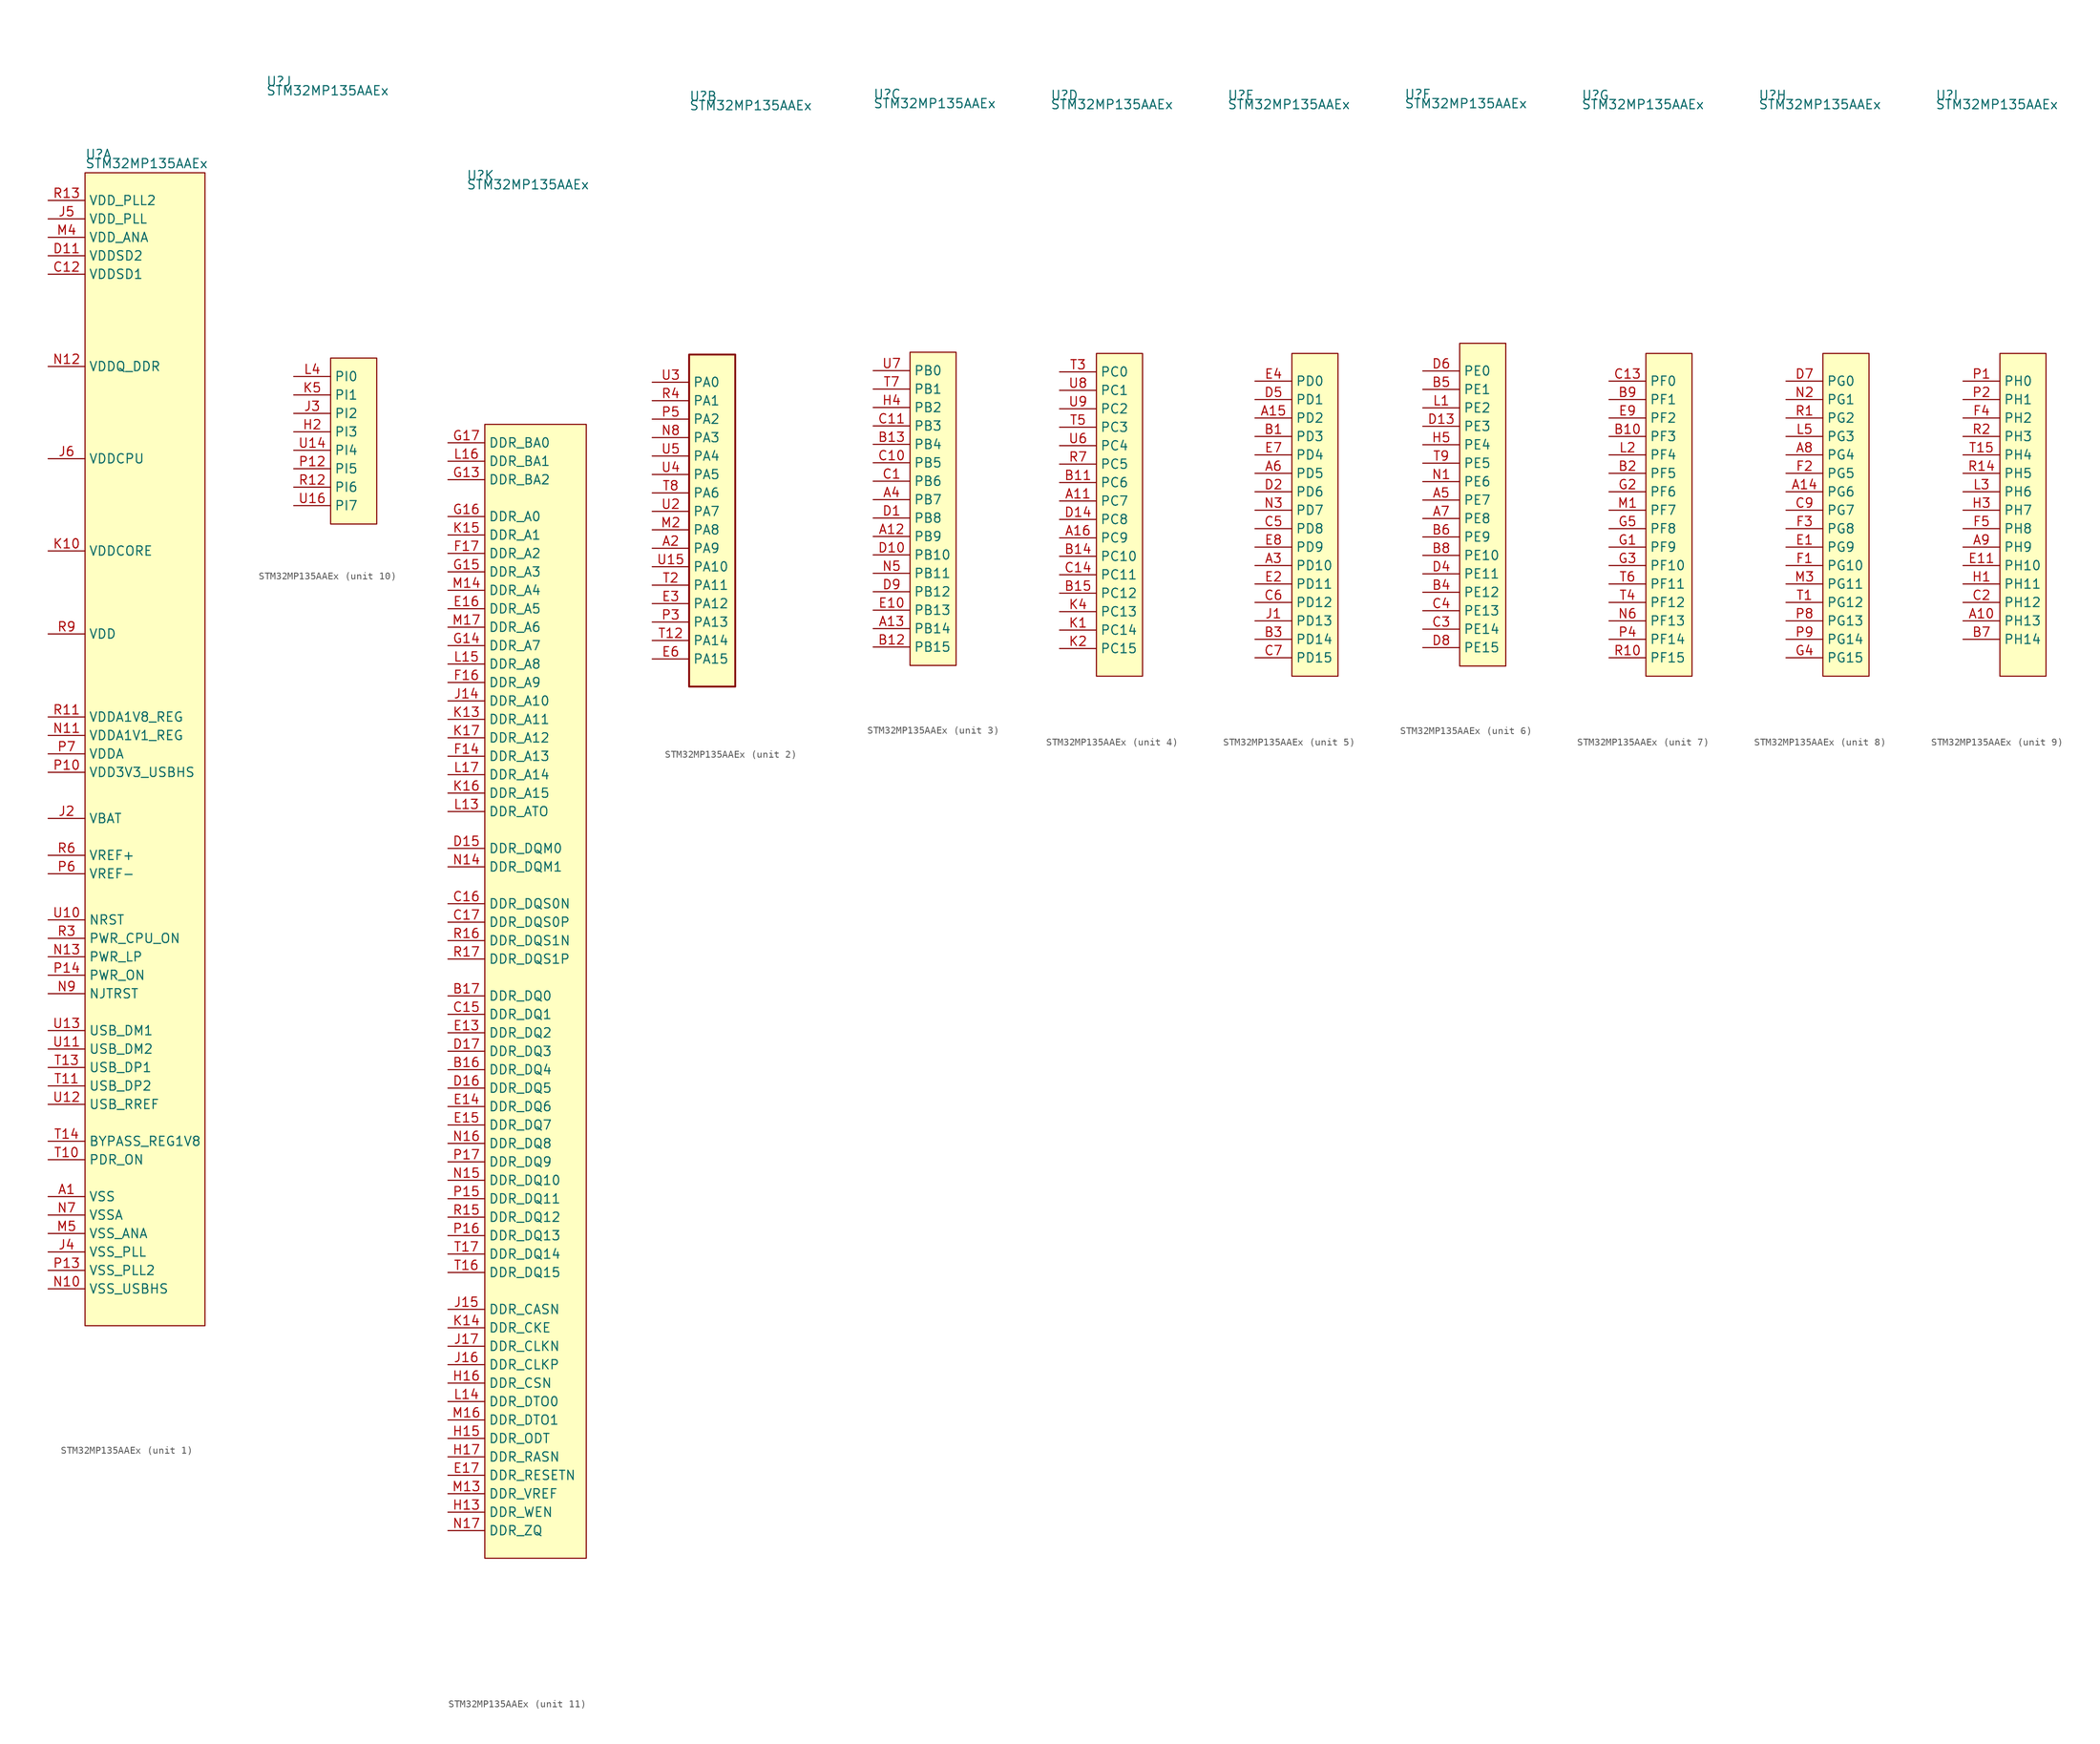
<source format=kicad_sym>
(kicad_symbol_lib
  (version 20231120)
  (generator "kicad_symbol_editor")
  (generator_version "8.0")
  (symbol "STM32MP135AAEx"
    (property "Reference" "U"
      (at -12.7 57.15 0)
      (effects (font (size 1.27 1.27)) (justify left)))
    (property "Value" "STM32MP135AAEx"
      (at -12.7 55.88 0)
      (effects (font (size 1.27 1.27)) (justify left)))
    (property "ki_locked" ""
      (at 0 0 0)
      (effects (font (size 1.27 1.27))))
    (symbol "STM32MP135AAEx_1_1"
      (rectangle (start -12.7 54.61) (end 3.81 -104.14) (stroke (width 0) (type default)) (fill (type background)))
      (pin power_in line (at -17.78 -86.36 0) (length 5.08) (name "VSS" (effects (font (size 1.27 1.27)))) (number "A1" (effects (font (size 1.27 1.27)))))
      (pin passive line (at -17.78 -86.36 0) (length 5.08) hide (name "VSS" (effects (font (size 1.27 1.27)))) (number "A17" (effects (font (size 1.27 1.27)))))
      (pin power_in line (at -17.78 40.64 0) (length 5.08) (name "VDDSD1" (effects (font (size 1.27 1.27)))) (number "C12" (effects (font (size 1.27 1.27)))))
      (pin passive line (at -17.78 -86.36 0) (length 5.08) hide (name "VSS" (effects (font (size 1.27 1.27)))) (number "C8" (effects (font (size 1.27 1.27)))))
      (pin power_in line (at -17.78 43.18 0) (length 5.08) (name "VDDSD2" (effects (font (size 1.27 1.27)))) (number "D11" (effects (font (size 1.27 1.27)))))
      (pin passive line (at -17.78 -86.36 0) (length 5.08) hide (name "VSS" (effects (font (size 1.27 1.27)))) (number "D12" (effects (font (size 1.27 1.27)))))
      (pin passive line (at -17.78 -86.36 0) (length 5.08) hide (name "VSS" (effects (font (size 1.27 1.27)))) (number "D3" (effects (font (size 1.27 1.27)))))
      (pin power_in line (at -17.78 27.94 0) (length 5.08) hide (name "VDDQ_DDR" (effects (font (size 1.27 1.27)))) (number "E12" (effects (font (size 1.27 1.27)))))
      (pin passive line (at -17.78 -86.36 0) (length 5.08) hide (name "VSS" (effects (font (size 1.27 1.27)))) (number "E5" (effects (font (size 1.27 1.27)))))
      (pin power_in line (at -17.78 -8.89 0) (length 5.08) hide (name "VDD" (effects (font (size 1.27 1.27)))) (number "F10" (effects (font (size 1.27 1.27)))))
      (pin power_in line (at -17.78 -8.89 0) (length 5.08) hide (name "VDD" (effects (font (size 1.27 1.27)))) (number "F11" (effects (font (size 1.27 1.27)))))
      (pin power_in line (at -17.78 27.94 0) (length 5.08) hide (name "VDDQ_DDR" (effects (font (size 1.27 1.27)))) (number "F12" (effects (font (size 1.27 1.27)))))
      (pin passive line (at -17.78 -86.36 0) (length 5.08) hide (name "VSS" (effects (font (size 1.27 1.27)))) (number "F13" (effects (font (size 1.27 1.27)))))
      (pin passive line (at -17.78 -86.36 0) (length 5.08) hide (name "VSS" (effects (font (size 1.27 1.27)))) (number "F15" (effects (font (size 1.27 1.27)))))
      (pin power_in line (at -17.78 15.24 0) (length 5.08) hide (name "VDDCPU" (effects (font (size 1.27 1.27)))) (number "F6" (effects (font (size 1.27 1.27)))))
      (pin power_in line (at -17.78 -8.89 0) (length 5.08) hide (name "VDD" (effects (font (size 1.27 1.27)))) (number "F7" (effects (font (size 1.27 1.27)))))
      (pin power_in line (at -17.78 15.24 0) (length 5.08) hide (name "VDDCPU" (effects (font (size 1.27 1.27)))) (number "F8" (effects (font (size 1.27 1.27)))))
      (pin power_in line (at -17.78 15.24 0) (length 5.08) hide (name "VDDCPU" (effects (font (size 1.27 1.27)))) (number "F9" (effects (font (size 1.27 1.27)))))
      (pin passive line (at -17.78 -86.36 0) (length 5.08) hide (name "VSS" (effects (font (size 1.27 1.27)))) (number "G10" (effects (font (size 1.27 1.27)))))
      (pin passive line (at -17.78 -86.36 0) (length 5.08) hide (name "VSS" (effects (font (size 1.27 1.27)))) (number "G11" (effects (font (size 1.27 1.27)))))
      (pin power_in line (at -17.78 27.94 0) (length 5.08) hide (name "VDDQ_DDR" (effects (font (size 1.27 1.27)))) (number "G12" (effects (font (size 1.27 1.27)))))
      (pin power_in line (at -17.78 -8.89 0) (length 5.08) hide (name "VDD" (effects (font (size 1.27 1.27)))) (number "G6" (effects (font (size 1.27 1.27)))))
      (pin passive line (at -17.78 -86.36 0) (length 5.08) hide (name "VSS" (effects (font (size 1.27 1.27)))) (number "G7" (effects (font (size 1.27 1.27)))))
      (pin passive line (at -17.78 -86.36 0) (length 5.08) hide (name "VSS" (effects (font (size 1.27 1.27)))) (number "G8" (effects (font (size 1.27 1.27)))))
      (pin passive line (at -17.78 -86.36 0) (length 5.08) hide (name "VSS" (effects (font (size 1.27 1.27)))) (number "G9" (effects (font (size 1.27 1.27)))))
      (pin power_in line (at -17.78 2.54 0) (length 5.08) hide (name "VDDCORE" (effects (font (size 1.27 1.27)))) (number "H10" (effects (font (size 1.27 1.27)))))
      (pin passive line (at -17.78 -86.36 0) (length 5.08) hide (name "VSS" (effects (font (size 1.27 1.27)))) (number "H11" (effects (font (size 1.27 1.27)))))
      (pin power_in line (at -17.78 27.94 0) (length 5.08) hide (name "VDDQ_DDR" (effects (font (size 1.27 1.27)))) (number "H12" (effects (font (size 1.27 1.27)))))
      (pin passive line (at -17.78 -86.36 0) (length 5.08) hide (name "VSS" (effects (font (size 1.27 1.27)))) (number "H14" (effects (font (size 1.27 1.27)))))
      (pin power_in line (at -17.78 15.24 0) (length 5.08) hide (name "VDDCPU" (effects (font (size 1.27 1.27)))) (number "H6" (effects (font (size 1.27 1.27)))))
      (pin passive line (at -17.78 -86.36 0) (length 5.08) hide (name "VSS" (effects (font (size 1.27 1.27)))) (number "H7" (effects (font (size 1.27 1.27)))))
      (pin power_in line (at -17.78 2.54 0) (length 5.08) hide (name "VDDCORE" (effects (font (size 1.27 1.27)))) (number "H8" (effects (font (size 1.27 1.27)))))
      (pin power_in line (at -17.78 2.54 0) (length 5.08) hide (name "VDDCORE" (effects (font (size 1.27 1.27)))) (number "H9" (effects (font (size 1.27 1.27)))))
      (pin power_in line (at -17.78 2.54 0) (length 5.08) hide (name "VDDCORE" (effects (font (size 1.27 1.27)))) (number "J10" (effects (font (size 1.27 1.27)))))
      (pin passive line (at -17.78 -86.36 0) (length 5.08) hide (name "VSS" (effects (font (size 1.27 1.27)))) (number "J11" (effects (font (size 1.27 1.27)))))
      (pin power_in line (at -17.78 27.94 0) (length 5.08) hide (name "VDDQ_DDR" (effects (font (size 1.27 1.27)))) (number "J12" (effects (font (size 1.27 1.27)))))
      (pin power_in line (at -17.78 2.54 0) (length 5.08) hide (name "VDDCORE" (effects (font (size 1.27 1.27)))) (number "J13" (effects (font (size 1.27 1.27)))))
      (pin power_in line (at -17.78 -34.29 0) (length 5.08) (name "VBAT" (effects (font (size 1.27 1.27)))) (number "J2" (effects (font (size 1.27 1.27)))))
      (pin power_in line (at -17.78 -93.98 0) (length 5.08) (name "VSS_PLL" (effects (font (size 1.27 1.27)))) (number "J4" (effects (font (size 1.27 1.27)))))
      (pin power_in line (at -17.78 48.26 0) (length 5.08) (name "VDD_PLL" (effects (font (size 1.27 1.27)))) (number "J5" (effects (font (size 1.27 1.27)))))
      (pin power_in line (at -17.78 15.24 0) (length 5.08) (name "VDDCPU" (effects (font (size 1.27 1.27)))) (number "J6" (effects (font (size 1.27 1.27)))))
      (pin passive line (at -17.78 -86.36 0) (length 5.08) hide (name "VSS" (effects (font (size 1.27 1.27)))) (number "J7" (effects (font (size 1.27 1.27)))))
      (pin power_in line (at -17.78 2.54 0) (length 5.08) hide (name "VDDCORE" (effects (font (size 1.27 1.27)))) (number "J8" (effects (font (size 1.27 1.27)))))
      (pin passive line (at -17.78 -86.36 0) (length 5.08) hide (name "VSS" (effects (font (size 1.27 1.27)))) (number "J9" (effects (font (size 1.27 1.27)))))
      (pin power_in line (at -17.78 2.54 0) (length 5.08) (name "VDDCORE" (effects (font (size 1.27 1.27)))) (number "K10" (effects (font (size 1.27 1.27)))))
      (pin passive line (at -17.78 -86.36 0) (length 5.08) hide (name "VSS" (effects (font (size 1.27 1.27)))) (number "K11" (effects (font (size 1.27 1.27)))))
      (pin power_in line (at -17.78 27.94 0) (length 5.08) hide (name "VDDQ_DDR" (effects (font (size 1.27 1.27)))) (number "K12" (effects (font (size 1.27 1.27)))))
      (pin passive line (at -17.78 -86.36 0) (length 5.08) hide (name "VSS" (effects (font (size 1.27 1.27)))) (number "K3" (effects (font (size 1.27 1.27)))))
      (pin power_in line (at -17.78 -8.89 0) (length 5.08) hide (name "VDD" (effects (font (size 1.27 1.27)))) (number "K6" (effects (font (size 1.27 1.27)))))
      (pin passive line (at -17.78 -86.36 0) (length 5.08) hide (name "VSS" (effects (font (size 1.27 1.27)))) (number "K7" (effects (font (size 1.27 1.27)))))
      (pin power_in line (at -17.78 2.54 0) (length 5.08) hide (name "VDDCORE" (effects (font (size 1.27 1.27)))) (number "K8" (effects (font (size 1.27 1.27)))))
      (pin power_in line (at -17.78 2.54 0) (length 5.08) hide (name "VDDCORE" (effects (font (size 1.27 1.27)))) (number "K9" (effects (font (size 1.27 1.27)))))
      (pin passive line (at -17.78 -86.36 0) (length 5.08) hide (name "VSS" (effects (font (size 1.27 1.27)))) (number "L10" (effects (font (size 1.27 1.27)))))
      (pin passive line (at -17.78 -86.36 0) (length 5.08) hide (name "VSS" (effects (font (size 1.27 1.27)))) (number "L11" (effects (font (size 1.27 1.27)))))
      (pin power_in line (at -17.78 27.94 0) (length 5.08) hide (name "VDDQ_DDR" (effects (font (size 1.27 1.27)))) (number "L12" (effects (font (size 1.27 1.27)))))
      (pin power_in line (at -17.78 -8.89 0) (length 5.08) hide (name "VDD" (effects (font (size 1.27 1.27)))) (number "L6" (effects (font (size 1.27 1.27)))))
      (pin passive line (at -17.78 -86.36 0) (length 5.08) hide (name "VSS" (effects (font (size 1.27 1.27)))) (number "L7" (effects (font (size 1.27 1.27)))))
      (pin passive line (at -17.78 -86.36 0) (length 5.08) hide (name "VSS" (effects (font (size 1.27 1.27)))) (number "L8" (effects (font (size 1.27 1.27)))))
      (pin passive line (at -17.78 -86.36 0) (length 5.08) hide (name "VSS" (effects (font (size 1.27 1.27)))) (number "L9" (effects (font (size 1.27 1.27)))))
      (pin power_in line (at -17.78 -8.89 0) (length 5.08) hide (name "VDD" (effects (font (size 1.27 1.27)))) (number "M10" (effects (font (size 1.27 1.27)))))
      (pin power_in line (at -17.78 -8.89 0) (length 5.08) hide (name "VDD" (effects (font (size 1.27 1.27)))) (number "M11" (effects (font (size 1.27 1.27)))))
      (pin power_in line (at -17.78 27.94 0) (length 5.08) hide (name "VDDQ_DDR" (effects (font (size 1.27 1.27)))) (number "M12" (effects (font (size 1.27 1.27)))))
      (pin passive line (at -17.78 -86.36 0) (length 5.08) hide (name "VSS" (effects (font (size 1.27 1.27)))) (number "M15" (effects (font (size 1.27 1.27)))))
      (pin power_in line (at -17.78 45.72 0) (length 5.08) (name "VDD_ANA" (effects (font (size 1.27 1.27)))) (number "M4" (effects (font (size 1.27 1.27)))))
      (pin power_in line (at -17.78 -91.44 0) (length 5.08) (name "VSS_ANA" (effects (font (size 1.27 1.27)))) (number "M5" (effects (font (size 1.27 1.27)))))
      (pin power_in line (at -17.78 -8.89 0) (length 5.08) hide (name "VDD" (effects (font (size 1.27 1.27)))) (number "M6" (effects (font (size 1.27 1.27)))))
      (pin power_in line (at -17.78 -8.89 0) (length 5.08) hide (name "VDD" (effects (font (size 1.27 1.27)))) (number "M7" (effects (font (size 1.27 1.27)))))
      (pin power_in line (at -17.78 -8.89 0) (length 5.08) hide (name "VDD" (effects (font (size 1.27 1.27)))) (number "M8" (effects (font (size 1.27 1.27)))))
      (pin power_in line (at -17.78 -8.89 0) (length 5.08) hide (name "VDD" (effects (font (size 1.27 1.27)))) (number "M9" (effects (font (size 1.27 1.27)))))
      (pin power_in line (at -17.78 -99.06 0) (length 5.08) (name "VSS_USBHS" (effects (font (size 1.27 1.27)))) (number "N10" (effects (font (size 1.27 1.27)))))
      (pin power_in line (at -17.78 -22.86 0) (length 5.08) (name "VDDA1V1_REG" (effects (font (size 1.27 1.27)))) (number "N11" (effects (font (size 1.27 1.27)))))
      (pin power_in line (at -17.78 27.94 0) (length 5.08) (name "VDDQ_DDR" (effects (font (size 1.27 1.27)))) (number "N12" (effects (font (size 1.27 1.27)))))
      (pin output line (at -17.78 -53.34 0) (length 5.08) (name "PWR_LP" (effects (font (size 1.27 1.27)))) (number "N13" (effects (font (size 1.27 1.27)))))
      (pin passive line (at -17.78 -86.36 0) (length 5.08) hide (name "VSS" (effects (font (size 1.27 1.27)))) (number "N4" (effects (font (size 1.27 1.27)))))
      (pin power_in line (at -17.78 -88.9 0) (length 5.08) (name "VSSA" (effects (font (size 1.27 1.27)))) (number "N7" (effects (font (size 1.27 1.27)))))
      (pin bidirectional line (at -17.78 -58.42 0) (length 5.08) (name "NJTRST" (effects (font (size 1.27 1.27)))) (number "N9" (effects (font (size 1.27 1.27)))) (alternate "DEBUG_JTRST" bidirectional line))
      (pin power_in line (at -17.78 -27.94 0) (length 5.08) (name "VDD3V3_USBHS" (effects (font (size 1.27 1.27)))) (number "P10" (effects (font (size 1.27 1.27)))))
      (pin passive line (at -17.78 -86.36 0) (length 5.08) hide (name "VSS" (effects (font (size 1.27 1.27)))) (number "P11" (effects (font (size 1.27 1.27)))))
      (pin power_in line (at -17.78 -96.52 0) (length 5.08) (name "VSS_PLL2" (effects (font (size 1.27 1.27)))) (number "P13" (effects (font (size 1.27 1.27)))))
      (pin output line (at -17.78 -55.88 0) (length 5.08) (name "PWR_ON" (effects (font (size 1.27 1.27)))) (number "P14" (effects (font (size 1.27 1.27)))))
      (pin input line (at -17.78 -41.91 0) (length 5.08) (name "VREF-" (effects (font (size 1.27 1.27)))) (number "P6" (effects (font (size 1.27 1.27)))))
      (pin power_in line (at -17.78 -25.4 0) (length 5.08) (name "VDDA" (effects (font (size 1.27 1.27)))) (number "P7" (effects (font (size 1.27 1.27)))))
      (pin power_in line (at -17.78 -20.32 0) (length 5.08) (name "VDDA1V8_REG" (effects (font (size 1.27 1.27)))) (number "R11" (effects (font (size 1.27 1.27)))))
      (pin power_in line (at -17.78 50.8 0) (length 5.08) (name "VDD_PLL2" (effects (font (size 1.27 1.27)))) (number "R13" (effects (font (size 1.27 1.27)))))
      (pin output line (at -17.78 -50.8 0) (length 5.08) (name "PWR_CPU_ON" (effects (font (size 1.27 1.27)))) (number "R3" (effects (font (size 1.27 1.27)))))
      (pin passive line (at -17.78 -86.36 0) (length 5.08) hide (name "VSS" (effects (font (size 1.27 1.27)))) (number "R5" (effects (font (size 1.27 1.27)))))
      (pin input line (at -17.78 -39.37 0) (length 5.08) (name "VREF+" (effects (font (size 1.27 1.27)))) (number "R6" (effects (font (size 1.27 1.27)))))
      (pin passive line (at -17.78 -86.36 0) (length 5.08) hide (name "VSS" (effects (font (size 1.27 1.27)))) (number "R8" (effects (font (size 1.27 1.27)))))
      (pin power_in line (at -17.78 -8.89 0) (length 5.08) (name "VDD" (effects (font (size 1.27 1.27)))) (number "R9" (effects (font (size 1.27 1.27)))))
      (pin bidirectional line (at -17.78 -81.28 0) (length 5.08) (name "PDR_ON" (effects (font (size 1.27 1.27)))) (number "T10" (effects (font (size 1.27 1.27)))))
      (pin bidirectional line (at -17.78 -71.12 0) (length 5.08) (name "USB_DP2" (effects (font (size 1.27 1.27)))) (number "T11" (effects (font (size 1.27 1.27)))) (alternate "USBH_HS2_DP" bidirectional line) (alternate "USB_OTG_HS_DP" bidirectional line))
      (pin bidirectional line (at -17.78 -68.58 0) (length 5.08) (name "USB_DP1" (effects (font (size 1.27 1.27)))) (number "T13" (effects (font (size 1.27 1.27)))) (alternate "USBH_HS1_DP" bidirectional line))
      (pin bidirectional line (at -17.78 -78.74 0) (length 5.08) (name "BYPASS_REG1V8" (effects (font (size 1.27 1.27)))) (number "T14" (effects (font (size 1.27 1.27)))))
      (pin passive line (at -17.78 -86.36 0) (length 5.08) hide (name "VSS" (effects (font (size 1.27 1.27)))) (number "U1" (effects (font (size 1.27 1.27)))))
      (pin input line (at -17.78 -48.26 0) (length 5.08) (name "NRST" (effects (font (size 1.27 1.27)))) (number "U10" (effects (font (size 1.27 1.27)))))
      (pin bidirectional line (at -17.78 -66.04 0) (length 5.08) (name "USB_DM2" (effects (font (size 1.27 1.27)))) (number "U11" (effects (font (size 1.27 1.27)))) (alternate "USBH_HS2_DM" bidirectional line) (alternate "USB_OTG_HS_DM" bidirectional line))
      (pin bidirectional line (at -17.78 -73.66 0) (length 5.08) (name "USB_RREF" (effects (font (size 1.27 1.27)))) (number "U12" (effects (font (size 1.27 1.27)))))
      (pin bidirectional line (at -17.78 -63.5 0) (length 5.08) (name "USB_DM1" (effects (font (size 1.27 1.27)))) (number "U13" (effects (font (size 1.27 1.27)))) (alternate "USBH_HS1_DM" bidirectional line))
      (pin passive line (at -17.78 -86.36 0) (length 5.08) hide (name "VSS" (effects (font (size 1.27 1.27)))) (number "U17" (effects (font (size 1.27 1.27))))))
    (symbol "STM32MP135AAEx_2_1"
      (rectangle (start -12.7 21.59) (end -6.35 -24.13) (stroke (width 0.254) (type default)) (fill (type background)))
      (pin bidirectional line (at -17.78 -5.08 0) (length 5.08) (name "PA9" (effects (font (size 1.27 1.27)))) (number "A2" (effects (font (size 1.27 1.27)))) (alternate "DCMIPP_D0" bidirectional line) (alternate "DFSDM1_DATIN0" bidirectional line) (alternate "FMC_NWAIT" bidirectional line) (alternate "I2C3_SMBA" bidirectional line) (alternate "LTDC_R6" bidirectional line) (alternate "TIM1_CH2" bidirectional line) (alternate "UART4_TX" bidirectional line) (alternate "USART1_TX" bidirectional line))
      (pin bidirectional line (at -17.78 -12.7 0) (length 5.08) (name "PA12" (effects (font (size 1.27 1.27)))) (number "E3" (effects (font (size 1.27 1.27)))) (alternate "DCMIPP_D1" bidirectional line) (alternate "ETH2_CRS_DV" bidirectional line) (alternate "ETH2_RX_CTL" bidirectional line) (alternate "ETH2_RX_DV" bidirectional line) (alternate "FMC_A7" bidirectional line) (alternate "LTDC_G6" bidirectional line) (alternate "SAI2_MCLK_A" bidirectional line) (alternate "TIM1_ETR" bidirectional line) (alternate "USART1_DE" bidirectional line) (alternate "USART1_RTS" bidirectional line))
      (pin bidirectional line (at -17.78 -20.32 0) (length 5.08) (name "PA15" (effects (font (size 1.27 1.27)))) (number "E6" (effects (font (size 1.27 1.27)))) (alternate "ADC1_EXTI15" bidirectional line) (alternate "ADC2_EXTI15" bidirectional line) (alternate "DCMIPP_D14" bidirectional line) (alternate "DCMIPP_D5" bidirectional line) (alternate "DEBUG_TRACED5" bidirectional line) (alternate "FMC_A9" bidirectional line) (alternate "HDP_HDP5" bidirectional line) (alternate "I2S4_MCK" bidirectional line) (alternate "LTDC_G7" bidirectional line) (alternate "LTDC_R0" bidirectional line) (alternate "TIM2_CH1" bidirectional line) (alternate "TIM2_ETR" bidirectional line) (alternate "UART4_DE" bidirectional line) (alternate "UART4_RTS" bidirectional line) (alternate "UART4_RX" bidirectional line))
      (pin bidirectional line (at -17.78 -2.54 0) (length 5.08) (name "PA8" (effects (font (size 1.27 1.27)))) (number "M2" (effects (font (size 1.27 1.27)))) (alternate "ETH2_RXD3" bidirectional line) (alternate "FMC_A21" bidirectional line) (alternate "I2C4_SDA" bidirectional line) (alternate "I2S2_SDO" bidirectional line) (alternate "LTDC_B7" bidirectional line) (alternate "RCC_MCO_1" bidirectional line) (alternate "SAI2_CK1" bidirectional line) (alternate "SAI2_MCLK_A" bidirectional line) (alternate "SPI2_MOSI" bidirectional line) (alternate "SPI5_MISO" bidirectional line) (alternate "TIM8_BKIN2" bidirectional line) (alternate "USART1_CK" bidirectional line) (alternate "USB_OTG_HS_SOF" bidirectional line))
      (pin bidirectional line (at -17.78 10.16 0) (length 5.08) (name "PA3" (effects (font (size 1.27 1.27)))) (number "N8" (effects (font (size 1.27 1.27)))) (alternate "ADC1_INN11" bidirectional line) (alternate "ADC1_INP12" bidirectional line) (alternate "ETH1_COL" bidirectional line) (alternate "ETH2_COL" bidirectional line) (alternate "I2S1_SDO" bidirectional line) (alternate "LPTIM5_OUT" bidirectional line) (alternate "PWR_PVD_IN" bidirectional line) (alternate "PWR_WKUP6" bidirectional line) (alternate "SAI1_FS_B" bidirectional line) (alternate "SPI1_MOSI" bidirectional line) (alternate "TIM15_CH2" bidirectional line) (alternate "TIM2_CH4" bidirectional line) (alternate "TIM5_CH4" bidirectional line) (alternate "USART2_RX" bidirectional line))
      (pin bidirectional line (at -17.78 -15.24 0) (length 5.08) (name "PA13" (effects (font (size 1.27 1.27)))) (number "P3" (effects (font (size 1.27 1.27)))) (alternate "DEBUG_DBTRGI" bidirectional line) (alternate "DEBUG_DBTRGO" bidirectional line) (alternate "RCC_MCO_1" bidirectional line) (alternate "UART4_TX" bidirectional line))
      (pin bidirectional line (at -17.78 12.7 0) (length 5.08) (name "PA2" (effects (font (size 1.27 1.27)))) (number "P5" (effects (font (size 1.27 1.27)))) (alternate "ADC1_INP1" bidirectional line) (alternate "ADC2_INP1" bidirectional line) (alternate "ETH1_MDIO" bidirectional line) (alternate "LPTIM4_OUT" bidirectional line) (alternate "TIM15_CH1" bidirectional line) (alternate "TIM2_CH3" bidirectional line) (alternate "TIM5_CH3" bidirectional line) (alternate "USART2_TX" bidirectional line))
      (pin bidirectional line (at -17.78 15.24 0) (length 5.08) (name "PA1" (effects (font (size 1.27 1.27)))) (number "R4" (effects (font (size 1.27 1.27)))) (alternate "ADC1_INP3" bidirectional line) (alternate "ADC2_INP3" bidirectional line) (alternate "DFSDM1_CKIN0" bidirectional line) (alternate "ETH1_REF_CLK" bidirectional line) (alternate "ETH1_RX_CLK" bidirectional line) (alternate "LPTIM3_OUT" bidirectional line) (alternate "TIM15_CH1N" bidirectional line) (alternate "TIM2_CH2" bidirectional line) (alternate "TIM5_CH2" bidirectional line) (alternate "USART2_DE" bidirectional line) (alternate "USART2_RTS" bidirectional line))
      (pin bidirectional line (at -17.78 -17.78 0) (length 5.08) (name "PA14" (effects (font (size 1.27 1.27)))) (number "T12" (effects (font (size 1.27 1.27)))) (alternate "DEBUG_DBTRGI" bidirectional line) (alternate "DEBUG_DBTRGO" bidirectional line) (alternate "RCC_MCO_2" bidirectional line) (alternate "USB_OTG_HS_SOF" bidirectional line))
      (pin bidirectional line (at -17.78 -10.16 0) (length 5.08) (name "PA11" (effects (font (size 1.27 1.27)))) (number "T2" (effects (font (size 1.27 1.27)))) (alternate "ADC1_EXTI11" bidirectional line) (alternate "ADC2_EXTI11" bidirectional line) (alternate "ETH1_CLK" bidirectional line) (alternate "ETH2_CLK" bidirectional line) (alternate "ETH2_RXD1" bidirectional line) (alternate "I2C5_SCL" bidirectional line) (alternate "I2S2_WS" bidirectional line) (alternate "SPI2_NSS" bidirectional line) (alternate "TIM1_CH4" bidirectional line) (alternate "USART1_CTS" bidirectional line) (alternate "USART1_NSS" bidirectional line))
      (pin bidirectional line (at -17.78 2.54 0) (length 5.08) (name "PA6" (effects (font (size 1.27 1.27)))) (number "T8" (effects (font (size 1.27 1.27)))) (alternate "ADC1_INN16" bidirectional line) (alternate "ADC1_INP17" bidirectional line) (alternate "I2S1_SDI" bidirectional line) (alternate "SAI2_CK2" bidirectional line) (alternate "SAI2_SCK_A" bidirectional line) (alternate "SPI1_MISO" bidirectional line) (alternate "TAMP_IN2" bidirectional line) (alternate "TIM13_CH1" bidirectional line) (alternate "TIM1_BKIN" bidirectional line) (alternate "TIM3_CH1" bidirectional line) (alternate "TIM8_BKIN" bidirectional line) (alternate "UART4_DE" bidirectional line) (alternate "UART4_RTS" bidirectional line) (alternate "USART1_CK" bidirectional line))
      (pin bidirectional line (at -17.78 -7.62 0) (length 5.08) (name "PA10" (effects (font (size 1.27 1.27)))) (number "U15" (effects (font (size 1.27 1.27)))) (alternate "TIM1_CH3" bidirectional line) (alternate "USB_OTG_HS_ID" bidirectional line))
      (pin bidirectional line (at -17.78 0 0) (length 5.08) (name "PA7" (effects (font (size 1.27 1.27)))) (number "U2" (effects (font (size 1.27 1.27)))) (alternate "ADC1_INP16" bidirectional line) (alternate "ETH1_CRS_DV" bidirectional line) (alternate "ETH1_RX_CTL" bidirectional line) (alternate "ETH1_RX_DV" bidirectional line) (alternate "I2S1_CK" bidirectional line) (alternate "SAI2_D1" bidirectional line) (alternate "SAI2_SD_A" bidirectional line) (alternate "SPI1_SCK" bidirectional line) (alternate "TIM14_CH1" bidirectional line) (alternate "TIM1_CH1N" bidirectional line) (alternate "TIM3_CH2" bidirectional line) (alternate "TIM8_CH1N" bidirectional line) (alternate "USART1_CTS" bidirectional line) (alternate "USART1_NSS" bidirectional line))
      (pin bidirectional line (at -17.78 17.78 0) (length 5.08) (name "PA0" (effects (font (size 1.27 1.27)))) (number "U3" (effects (font (size 1.27 1.27)))) (alternate "ADC1_INN3" bidirectional line) (alternate "ADC1_INP7" bidirectional line) (alternate "ADC2_INN3" bidirectional line) (alternate "ADC2_INP7" bidirectional line) (alternate "ETH1_CRS" bidirectional line) (alternate "ETH2_CRS" bidirectional line) (alternate "SAI1_SD_B" bidirectional line) (alternate "TIM15_BKIN" bidirectional line) (alternate "TIM2_CH1" bidirectional line) (alternate "TIM2_ETR" bidirectional line) (alternate "TIM5_CH1" bidirectional line) (alternate "TIM8_ETR" bidirectional line) (alternate "UART5_TX" bidirectional line))
      (pin bidirectional line (at -17.78 5.08 0) (length 5.08) (name "PA5" (effects (font (size 1.27 1.27)))) (number "U4" (effects (font (size 1.27 1.27)))) (alternate "ADC1_INP2" bidirectional line) (alternate "ETH1_PPS_OUT" bidirectional line) (alternate "ETH2_PPS_OUT" bidirectional line) (alternate "I2S1_WS" bidirectional line) (alternate "SAI1_D1" bidirectional line) (alternate "SAI1_SD_A" bidirectional line) (alternate "SPI1_NSS" bidirectional line) (alternate "TIM2_CH1" bidirectional line) (alternate "TIM2_ETR" bidirectional line) (alternate "TIM8_CH1N" bidirectional line) (alternate "USART2_CK" bidirectional line))
      (pin bidirectional line (at -17.78 7.62 0) (length 5.08) (name "PA4" (effects (font (size 1.27 1.27)))) (number "U5" (effects (font (size 1.27 1.27)))) (alternate "ADC1_INP14" bidirectional line) (alternate "DFSDM1_CKIN1" bidirectional line) (alternate "ETH1_PPS_OUT" bidirectional line) (alternate "ETH2_PPS_OUT" bidirectional line) (alternate "I2S1_WS" bidirectional line) (alternate "SAI1_SCK_A" bidirectional line) (alternate "SAI1_SCK_B" bidirectional line) (alternate "SPI1_NSS" bidirectional line) (alternate "TIM5_ETR" bidirectional line) (alternate "USART2_CK" bidirectional line)))
    (symbol "STM32MP135AAEx_3_1"
      (rectangle (start -7.62 21.59) (end -1.27 -21.59) (stroke (width 0) (type default)) (fill (type background)))
      (pin bidirectional line (at -12.7 -3.81 0) (length 5.08) (name "PB9" (effects (font (size 1.27 1.27)))) (number "A12" (effects (font (size 1.27 1.27)))) (alternate "DEBUG_TRACED3" bidirectional line) (alternate "FDCAN1_TX" bidirectional line) (alternate "I2C4_SDA" bidirectional line) (alternate "LTDC_B1" bidirectional line) (alternate "LTDC_DE" bidirectional line) (alternate "SDMMC1_CDIR" bidirectional line) (alternate "SDMMC2_D5" bidirectional line) (alternate "TIM4_CH4" bidirectional line) (alternate "UART5_TX" bidirectional line))
      (pin bidirectional line (at -12.7 -16.51 0) (length 5.08) (name "PB14" (effects (font (size 1.27 1.27)))) (number "A13" (effects (font (size 1.27 1.27)))) (alternate "DEBUG_TRACED0" bidirectional line) (alternate "LTDC_G5" bidirectional line) (alternate "LTDC_R0" bidirectional line) (alternate "SDMMC1_D4" bidirectional line) (alternate "SDMMC2_D0" bidirectional line) (alternate "TIM12_CH1" bidirectional line) (alternate "TIM1_CH2N" bidirectional line) (alternate "TIM8_CH2N" bidirectional line) (alternate "USART1_TX" bidirectional line))
      (pin bidirectional line (at -12.7 1.27 0) (length 5.08) (name "PB7" (effects (font (size 1.27 1.27)))) (number "A4" (effects (font (size 1.27 1.27)))) (alternate "DCMIPP_D13" bidirectional line) (alternate "DCMIPP_PIXCLK" bidirectional line) (alternate "FMC_NCE2" bidirectional line) (alternate "FMC_NL" bidirectional line) (alternate "I2C4_SDA" bidirectional line) (alternate "I2S4_CK" bidirectional line) (alternate "TIM17_CH1N" bidirectional line) (alternate "TIM4_CH2" bidirectional line))
      (pin bidirectional line (at -12.7 -19.05 0) (length 5.08) (name "PB15" (effects (font (size 1.27 1.27)))) (number "B12" (effects (font (size 1.27 1.27)))) (alternate "ADC1_EXTI15" bidirectional line) (alternate "ADC2_EXTI15" bidirectional line) (alternate "DFSDM1_CKIN2" bidirectional line) (alternate "I2S4_SDO" bidirectional line) (alternate "LTDC_B0" bidirectional line) (alternate "LTDC_CLK" bidirectional line) (alternate "RTC_REFIN" bidirectional line) (alternate "SAI2_D2" bidirectional line) (alternate "SAI2_FS_A" bidirectional line) (alternate "SDMMC1_CKIN" bidirectional line) (alternate "SDMMC2_D1" bidirectional line) (alternate "SPI4_MOSI" bidirectional line) (alternate "TIM12_CH2" bidirectional line) (alternate "TIM1_CH3N" bidirectional line) (alternate "TIM8_CH3N" bidirectional line) (alternate "UART7_CTS" bidirectional line))
      (pin bidirectional line (at -12.7 8.89 0) (length 5.08) (name "PB4" (effects (font (size 1.27 1.27)))) (number "B13" (effects (font (size 1.27 1.27)))) (alternate "DEBUG_TRACED14" bidirectional line) (alternate "I2S4_CK" bidirectional line) (alternate "LTDC_B6" bidirectional line) (alternate "LTDC_G1" bidirectional line) (alternate "LTDC_R0" bidirectional line) (alternate "SAI2_CK2" bidirectional line) (alternate "SAI2_SCK_A" bidirectional line) (alternate "SDMMC2_D3" bidirectional line) (alternate "SPI4_SCK" bidirectional line) (alternate "TIM16_BKIN" bidirectional line) (alternate "TIM3_CH1" bidirectional line) (alternate "USART3_CK" bidirectional line))
      (pin bidirectional line (at -12.7 3.81 0) (length 5.08) (name "PB6" (effects (font (size 1.27 1.27)))) (number "C1" (effects (font (size 1.27 1.27)))) (alternate "DCMIPP_D5" bidirectional line) (alternate "DEBUG_TRACED6" bidirectional line) (alternate "ETH2_MDIO" bidirectional line) (alternate "FMC_NE3" bidirectional line) (alternate "HDP_HDP6" bidirectional line) (alternate "LTDC_B6" bidirectional line) (alternate "LTDC_B7" bidirectional line) (alternate "QUADSPI_BK1_NCS" bidirectional line) (alternate "SAI1_CK2" bidirectional line) (alternate "TIM16_CH1N" bidirectional line) (alternate "TIM4_CH1" bidirectional line) (alternate "TIM8_CH1" bidirectional line) (alternate "USART1_TX" bidirectional line))
      (pin bidirectional line (at -12.7 6.35 0) (length 5.08) (name "PB5" (effects (font (size 1.27 1.27)))) (number "C10" (effects (font (size 1.27 1.27)))) (alternate "DEBUG_TRACED4" bidirectional line) (alternate "FDCAN2_RX" bidirectional line) (alternate "I2C4_SMBA" bidirectional line) (alternate "I2S2_SDI" bidirectional line) (alternate "LTDC_B6" bidirectional line) (alternate "LTDC_DE" bidirectional line) (alternate "SDMMC1_CKIN" bidirectional line) (alternate "SPI2_MISO" bidirectional line) (alternate "TIM17_BKIN" bidirectional line) (alternate "TIM3_CH2" bidirectional line) (alternate "UART5_RX" bidirectional line))
      (pin bidirectional line (at -12.7 11.43 0) (length 5.08) (name "PB3" (effects (font (size 1.27 1.27)))) (number "C11" (effects (font (size 1.27 1.27)))) (alternate "DEBUG_TRACED2" bidirectional line) (alternate "I2S4_WS" bidirectional line) (alternate "LTDC_B2" bidirectional line) (alternate "LTDC_R6" bidirectional line) (alternate "SAI2_CK1" bidirectional line) (alternate "SAI2_MCLK_A" bidirectional line) (alternate "SDMMC1_D123DIR" bidirectional line) (alternate "SDMMC2_D2" bidirectional line) (alternate "SPI4_NSS" bidirectional line) (alternate "TIM2_CH2" bidirectional line) (alternate "UART7_RX" bidirectional line))
      (pin bidirectional line (at -12.7 -1.27 0) (length 5.08) (name "PB8" (effects (font (size 1.27 1.27)))) (number "D1" (effects (font (size 1.27 1.27)))) (alternate "DCMIPP_D6" bidirectional line) (alternate "DFSDM1_DATIN1" bidirectional line) (alternate "FMC_D13" bidirectional line) (alternate "FMC_DA13" bidirectional line) (alternate "I2C1_SCL" bidirectional line) (alternate "I2C3_SCL" bidirectional line) (alternate "SAI1_D1" bidirectional line) (alternate "TIM16_CH1" bidirectional line) (alternate "TIM4_CH3" bidirectional line) (alternate "UART4_RX" bidirectional line))
      (pin bidirectional line (at -12.7 -6.35 0) (length 5.08) (name "PB10" (effects (font (size 1.27 1.27)))) (number "D10" (effects (font (size 1.27 1.27)))) (alternate "I2C5_SMBA" bidirectional line) (alternate "I2S2_CK" bidirectional line) (alternate "I2S4_WS" bidirectional line) (alternate "LPTIM2_IN1" bidirectional line) (alternate "LTDC_R3" bidirectional line) (alternate "SPI2_SCK" bidirectional line) (alternate "SPI4_NSS" bidirectional line) (alternate "TIM2_CH3" bidirectional line))
      (pin bidirectional line (at -12.7 -11.43 0) (length 5.08) (name "PB12" (effects (font (size 1.27 1.27)))) (number "D9" (effects (font (size 1.27 1.27)))) (alternate "DEBUG_TRACED10" bidirectional line) (alternate "DFSDM1_DATIN1" bidirectional line) (alternate "I2C2_SMBA" bidirectional line) (alternate "LTDC_R3" bidirectional line) (alternate "LTDC_VSYNC" bidirectional line) (alternate "SDMMC1_D5" bidirectional line) (alternate "UART5_RX" bidirectional line) (alternate "UART7_DE" bidirectional line) (alternate "UART7_RTS" bidirectional line))
      (pin bidirectional line (at -12.7 -13.97 0) (length 5.08) (name "PB13" (effects (font (size 1.27 1.27)))) (number "E10" (effects (font (size 1.27 1.27)))) (alternate "DEBUG_TRACECLK" bidirectional line) (alternate "FDCAN2_TX" bidirectional line) (alternate "I2C4_SCL" bidirectional line) (alternate "I2S2_WS" bidirectional line) (alternate "LPTIM2_OUT" bidirectional line) (alternate "LTDC_CLK" bidirectional line) (alternate "SDMMC1_D123DIR" bidirectional line) (alternate "SPI2_NSS" bidirectional line) (alternate "TIM1_CH1N" bidirectional line) (alternate "UART5_TX" bidirectional line))
      (pin bidirectional line (at -12.7 13.97 0) (length 5.08) (name "PB2" (effects (font (size 1.27 1.27)))) (number "H4" (effects (font (size 1.27 1.27)))) (alternate "ETH2_MDIO" bidirectional line) (alternate "FMC_A6" bidirectional line) (alternate "I2S_CKIN" bidirectional line) (alternate "LTDC_B4" bidirectional line) (alternate "QUADSPI_BK1_NCS" bidirectional line) (alternate "RTC_OUT2" bidirectional line) (alternate "SAI1_D1" bidirectional line) (alternate "SAI1_SD_A" bidirectional line) (alternate "TAMP_IN7" bidirectional line) (alternate "UART4_RX" bidirectional line))
      (pin bidirectional line (at -12.7 -8.89 0) (length 5.08) (name "PB11" (effects (font (size 1.27 1.27)))) (number "N5" (effects (font (size 1.27 1.27)))) (alternate "ADC1_EXTI11" bidirectional line) (alternate "ADC2_EXTI11" bidirectional line) (alternate "ETH1_TX_CTL" bidirectional line) (alternate "ETH1_TX_EN" bidirectional line) (alternate "I2C5_SMBA" bidirectional line) (alternate "LPTIM1_OUT" bidirectional line) (alternate "TIM2_CH4" bidirectional line) (alternate "USART3_RX" bidirectional line))
      (pin bidirectional line (at -12.7 16.51 0) (length 5.08) (name "PB1" (effects (font (size 1.27 1.27)))) (number "T7" (effects (font (size 1.27 1.27)))) (alternate "ADC1_INP5" bidirectional line) (alternate "ADC2_INP5" bidirectional line) (alternate "DFSDM1_DATIN1" bidirectional line) (alternate "ETH1_RXD3" bidirectional line) (alternate "I2S1_CK" bidirectional line) (alternate "SPI1_SCK" bidirectional line) (alternate "TIM1_CH3N" bidirectional line) (alternate "TIM3_CH4" bidirectional line) (alternate "TIM8_CH3N" bidirectional line) (alternate "UART4_RX" bidirectional line))
      (pin bidirectional line (at -12.7 19.05 0) (length 5.08) (name "PB0" (effects (font (size 1.27 1.27)))) (number "U7" (effects (font (size 1.27 1.27)))) (alternate "ADC1_INN5" bidirectional line) (alternate "ADC1_INP9" bidirectional line) (alternate "ADC2_INN5" bidirectional line) (alternate "ADC2_INP9" bidirectional line) (alternate "DEBUG_DBTRGI" bidirectional line) (alternate "ETH1_RXD2" bidirectional line) (alternate "I2S1_MCK" bidirectional line) (alternate "SAI2_D2" bidirectional line) (alternate "SAI2_FS_A" bidirectional line) (alternate "TIM1_CH2N" bidirectional line) (alternate "TIM3_CH3" bidirectional line) (alternate "TIM8_CH2N" bidirectional line) (alternate "UART4_CTS" bidirectional line) (alternate "USART1_CK" bidirectional line) (alternate "USART1_RX" bidirectional line)))
    (symbol "STM32MP135AAEx_4_1"
      (rectangle (start -6.35 21.59) (end 0 -22.86) (stroke (width 0) (type default)) (fill (type background)))
      (pin bidirectional line (at -11.43 1.27 0) (length 5.08) (name "PC7" (effects (font (size 1.27 1.27)))) (number "A11" (effects (font (size 1.27 1.27)))) (alternate "DEBUG_TRACED4" bidirectional line) (alternate "HDP_HDP4" bidirectional line) (alternate "I2S2_MCK" bidirectional line) (alternate "LTDC_G6" bidirectional line) (alternate "LTDC_R1" bidirectional line) (alternate "SDMMC1_D7" bidirectional line) (alternate "SDMMC2_CDIR" bidirectional line) (alternate "SDMMC2_D7" bidirectional line) (alternate "TIM3_CH2" bidirectional line) (alternate "TIM8_CH2" bidirectional line) (alternate "USART3_CTS" bidirectional line))
      (pin bidirectional line (at -11.43 -3.81 0) (length 5.08) (name "PC9" (effects (font (size 1.27 1.27)))) (number "A16" (effects (font (size 1.27 1.27)))) (alternate "DEBUG_TRACED1" bidirectional line) (alternate "FDCAN1_TX" bidirectional line) (alternate "LTDC_B4" bidirectional line) (alternate "SDMMC1_D1" bidirectional line) (alternate "TIM3_CH4" bidirectional line) (alternate "TIM8_CH4" bidirectional line) (alternate "UART5_CTS" bidirectional line) (alternate "USART3_RTS" bidirectional line))
      (pin bidirectional line (at -11.43 3.81 0) (length 5.08) (name "PC6" (effects (font (size 1.27 1.27)))) (number "B11" (effects (font (size 1.27 1.27)))) (alternate "DEBUG_TRACED2" bidirectional line) (alternate "DFSDM1_DATIN0" bidirectional line) (alternate "FMC_A19" bidirectional line) (alternate "HDP_HDP2" bidirectional line) (alternate "I2S3_MCK" bidirectional line) (alternate "LTDC_B1" bidirectional line) (alternate "LTDC_HSYNC" bidirectional line) (alternate "LTDC_R6" bidirectional line) (alternate "SDMMC1_D6" bidirectional line) (alternate "SDMMC2_D0DIR" bidirectional line) (alternate "SDMMC2_D6" bidirectional line) (alternate "TIM3_CH1" bidirectional line) (alternate "TIM8_CH1" bidirectional line))
      (pin bidirectional line (at -11.43 -6.35 0) (length 5.08) (name "PC10" (effects (font (size 1.27 1.27)))) (number "B14" (effects (font (size 1.27 1.27)))) (alternate "DEBUG_TRACED2" bidirectional line) (alternate "I2C1_SCL" bidirectional line) (alternate "I2S3_CK" bidirectional line) (alternate "SAI2_MCLK_B" bidirectional line) (alternate "SDMMC1_D2" bidirectional line) (alternate "SPI3_SCK" bidirectional line) (alternate "USART3_TX" bidirectional line))
      (pin bidirectional line (at -11.43 -11.43 0) (length 5.08) (name "PC12" (effects (font (size 1.27 1.27)))) (number "B15" (effects (font (size 1.27 1.27)))) (alternate "DEBUG_TRACECLK" bidirectional line) (alternate "LTDC_DE" bidirectional line) (alternate "SAI2_SD_B" bidirectional line) (alternate "SDMMC1_CK" bidirectional line) (alternate "UART7_TX" bidirectional line))
      (pin bidirectional line (at -11.43 -8.89 0) (length 5.08) (name "PC11" (effects (font (size 1.27 1.27)))) (number "C14" (effects (font (size 1.27 1.27)))) (alternate "ADC1_EXTI11" bidirectional line) (alternate "ADC2_EXTI11" bidirectional line) (alternate "DEBUG_TRACED3" bidirectional line) (alternate "I2C1_SDA" bidirectional line) (alternate "I2S3_SDO" bidirectional line) (alternate "SAI2_SCK_B" bidirectional line) (alternate "SDMMC1_D3" bidirectional line) (alternate "SPI3_MOSI" bidirectional line) (alternate "UART5_RX" bidirectional line) (alternate "USART3_CK" bidirectional line))
      (pin bidirectional line (at -11.43 -1.27 0) (length 5.08) (name "PC8" (effects (font (size 1.27 1.27)))) (number "D14" (effects (font (size 1.27 1.27)))) (alternate "DEBUG_TRACED0" bidirectional line) (alternate "I2S3_SDI" bidirectional line) (alternate "LTDC_G7" bidirectional line) (alternate "SAI2_FS_B" bidirectional line) (alternate "SDMMC1_D0" bidirectional line) (alternate "SPI3_MISO" bidirectional line) (alternate "TIM3_CH3" bidirectional line) (alternate "TIM8_CH3" bidirectional line) (alternate "UART5_DE" bidirectional line) (alternate "UART5_RTS" bidirectional line) (alternate "USART3_CTS" bidirectional line) (alternate "USART6_CK" bidirectional line))
      (pin bidirectional line (at -11.43 -16.51 0) (length 5.08) (name "PC14" (effects (font (size 1.27 1.27)))) (number "K1" (effects (font (size 1.27 1.27)))) (alternate "RCC_OSC32_IN" bidirectional line))
      (pin bidirectional line (at -11.43 -19.05 0) (length 5.08) (name "PC15" (effects (font (size 1.27 1.27)))) (number "K2" (effects (font (size 1.27 1.27)))) (alternate "ADC1_EXTI15" bidirectional line) (alternate "ADC2_EXTI15" bidirectional line) (alternate "RCC_OSC32_OUT" bidirectional line))
      (pin bidirectional line (at -11.43 -13.97 0) (length 5.08) (name "PC13" (effects (font (size 1.27 1.27)))) (number "K4" (effects (font (size 1.27 1.27)))) (alternate "PWR_WKUP3" bidirectional line) (alternate "RTC_OUT1" bidirectional line) (alternate "RTC_TS" bidirectional line) (alternate "TAMP_IN1" bidirectional line) (alternate "TAMP_OUT2" bidirectional line))
      (pin bidirectional line (at -11.43 6.35 0) (length 5.08) (name "PC5" (effects (font (size 1.27 1.27)))) (number "R7" (effects (font (size 1.27 1.27)))) (alternate "ADC1_INP10" bidirectional line) (alternate "ADC2_INP10" bidirectional line) (alternate "DFSDM1_DATIN2" bidirectional line) (alternate "ETH1_RXD1" bidirectional line) (alternate "I2S_CKIN" bidirectional line) (alternate "SAI1_D4" bidirectional line) (alternate "SAI2_D4" bidirectional line) (alternate "SPDIFRX_IN3" bidirectional line) (alternate "USART2_CTS" bidirectional line) (alternate "USART2_NSS" bidirectional line))
      (pin bidirectional line (at -11.43 19.05 0) (length 5.08) (name "PC0" (effects (font (size 1.27 1.27)))) (number "T3" (effects (font (size 1.27 1.27)))) (alternate "ADC1_INN1" bidirectional line) (alternate "ADC1_INP0" bidirectional line) (alternate "ADC2_INN1" bidirectional line) (alternate "ADC2_INP0" bidirectional line) (alternate "I2S1_MCK" bidirectional line) (alternate "I2S1_SDO" bidirectional line) (alternate "SAI1_CK2" bidirectional line) (alternate "SAI1_SCK_A" bidirectional line) (alternate "SPI1_MOSI" bidirectional line) (alternate "TAMP_IN3" bidirectional line) (alternate "USART1_TX" bidirectional line))
      (pin bidirectional line (at -11.43 11.43 0) (length 5.08) (name "PC3" (effects (font (size 1.27 1.27)))) (number "T5" (effects (font (size 1.27 1.27)))) (alternate "ADC1_INN12" bidirectional line) (alternate "ADC1_INP13" bidirectional line) (alternate "DFSDM1_CKOUT" bidirectional line) (alternate "ETH1_TX_CLK" bidirectional line) (alternate "ETH2_TX_CLK" bidirectional line) (alternate "I2S1_CK" bidirectional line) (alternate "I2S1_SDI" bidirectional line) (alternate "SAI1_CK1" bidirectional line) (alternate "SAI1_MCLK_A" bidirectional line) (alternate "SPI1_MISO" bidirectional line) (alternate "SPI1_SCK" bidirectional line) (alternate "TAMP_IN5" bidirectional line) (alternate "UART5_CTS" bidirectional line))
      (pin bidirectional line (at -11.43 8.89 0) (length 5.08) (name "PC4" (effects (font (size 1.27 1.27)))) (number "U6" (effects (font (size 1.27 1.27)))) (alternate "ADC1_INP4" bidirectional line) (alternate "ADC2_INP4" bidirectional line) (alternate "DFSDM1_CKIN2" bidirectional line) (alternate "ETH1_RXD0" bidirectional line) (alternate "I2S1_MCK" bidirectional line) (alternate "SAI1_D3" bidirectional line) (alternate "SAI2_D3" bidirectional line) (alternate "SPDIFRX_IN2" bidirectional line) (alternate "TIM3_ETR" bidirectional line) (alternate "UART5_DE" bidirectional line) (alternate "UART5_RTS" bidirectional line))
      (pin bidirectional line (at -11.43 16.51 0) (length 5.08) (name "PC1" (effects (font (size 1.27 1.27)))) (number "U8" (effects (font (size 1.27 1.27)))) (alternate "ADC2_INP2" bidirectional line) (alternate "DFSDM1_DATIN0" bidirectional line) (alternate "ETH1_CRS_DV" bidirectional line) (alternate "ETH1_GTX_CLK" bidirectional line) (alternate "ETH1_RX_DV" bidirectional line) (alternate "SAI1_D3" bidirectional line))
      (pin bidirectional line (at -11.43 13.97 0) (length 5.08) (name "PC2" (effects (font (size 1.27 1.27)))) (number "U9" (effects (font (size 1.27 1.27)))) (alternate "ADC1_INP15" bidirectional line) (alternate "ETH1_TXD2" bidirectional line) (alternate "I2S1_WS" bidirectional line) (alternate "SAI2_CK1" bidirectional line) (alternate "SAI2_MCLK_A" bidirectional line) (alternate "SPI1_NSS" bidirectional line) (alternate "SPI5_NSS" bidirectional line) (alternate "USART1_DE" bidirectional line) (alternate "USART1_RTS" bidirectional line)))
    (symbol "STM32MP135AAEx_5_1"
      (rectangle (start -3.81 21.59) (end 2.54 -22.86) (stroke (width 0) (type default)) (fill (type background)))
      (pin bidirectional line (at -8.89 12.7 0) (length 5.08) (name "PD2" (effects (font (size 1.27 1.27)))) (number "A15" (effects (font (size 1.27 1.27)))) (alternate "DEBUG_TRACED4" bidirectional line) (alternate "I2C1_SMBA" bidirectional line) (alternate "I2S3_WS" bidirectional line) (alternate "SAI2_D1" bidirectional line) (alternate "SDMMC1_CMD" bidirectional line) (alternate "SPI3_NSS" bidirectional line) (alternate "TIM3_ETR" bidirectional line) (alternate "USART3_RX" bidirectional line))
      (pin bidirectional line (at -8.89 -7.62 0) (length 5.08) (name "PD10" (effects (font (size 1.27 1.27)))) (number "A3" (effects (font (size 1.27 1.27)))) (alternate "DCMIPP_VSYNC" bidirectional line) (alternate "FMC_D15" bidirectional line) (alternate "FMC_DA15" bidirectional line) (alternate "I2C5_SMBA" bidirectional line) (alternate "I2S4_WS" bidirectional line) (alternate "LTDC_B2" bidirectional line) (alternate "LTDC_B7" bidirectional line) (alternate "LTDC_G5" bidirectional line) (alternate "RTC_REFIN" bidirectional line) (alternate "SPI4_NSS" bidirectional line) (alternate "USART3_CK" bidirectional line))
      (pin bidirectional line (at -8.89 5.08 0) (length 5.08) (name "PD5" (effects (font (size 1.27 1.27)))) (number "A6" (effects (font (size 1.27 1.27)))) (alternate "FMC_NWE" bidirectional line) (alternate "LTDC_B0" bidirectional line) (alternate "LTDC_G4" bidirectional line) (alternate "QUADSPI_BK1_IO0" bidirectional line))
      (pin bidirectional line (at -8.89 10.16 0) (length 5.08) (name "PD3" (effects (font (size 1.27 1.27)))) (number "B1" (effects (font (size 1.27 1.27)))) (alternate "DCMIPP_D5" bidirectional line) (alternate "DFSDM1_CKOUT" bidirectional line) (alternate "FMC_CLK" bidirectional line) (alternate "I2C1_SDA" bidirectional line) (alternate "SAI1_D3" bidirectional line) (alternate "TIM2_CH1" bidirectional line) (alternate "TIM2_ETR" bidirectional line) (alternate "USART2_CTS" bidirectional line) (alternate "USART2_NSS" bidirectional line))
      (pin bidirectional line (at -8.89 -17.78 0) (length 5.08) (name "PD14" (effects (font (size 1.27 1.27)))) (number "B3" (effects (font (size 1.27 1.27)))) (alternate "DCMIPP_D8" bidirectional line) (alternate "FMC_D0" bidirectional line) (alternate "FMC_DA0" bidirectional line) (alternate "I2C3_SDA" bidirectional line) (alternate "LTDC_R4" bidirectional line) (alternate "TIM4_CH3" bidirectional line) (alternate "UART8_CTS" bidirectional line) (alternate "USART1_RX" bidirectional line))
      (pin bidirectional line (at -8.89 -2.54 0) (length 5.08) (name "PD8" (effects (font (size 1.27 1.27)))) (number "C5" (effects (font (size 1.27 1.27)))) (alternate "DCMIPP_D3" bidirectional line) (alternate "DCMIPP_D9" bidirectional line) (alternate "I2S4_WS" bidirectional line) (alternate "UART4_RX" bidirectional line) (alternate "USART2_TX" bidirectional line) (alternate "USART3_TX" bidirectional line))
      (pin bidirectional line (at -8.89 -12.7 0) (length 5.08) (name "PD12" (effects (font (size 1.27 1.27)))) (number "C6" (effects (font (size 1.27 1.27)))) (alternate "DCMIPP_D6" bidirectional line) (alternate "FMC_A17" bidirectional line) (alternate "FMC_ALE" bidirectional line) (alternate "I2C1_SCL" bidirectional line) (alternate "LPTIM1_IN1" bidirectional line) (alternate "TIM4_CH1" bidirectional line) (alternate "USART3_DE" bidirectional line) (alternate "USART3_RTS" bidirectional line))
      (pin bidirectional line (at -8.89 -20.32 0) (length 5.08) (name "PD15" (effects (font (size 1.27 1.27)))) (number "C7" (effects (font (size 1.27 1.27)))) (alternate "ADC1_EXTI15" bidirectional line) (alternate "ADC2_EXTI15" bidirectional line) (alternate "DFSDM1_DATIN2" bidirectional line) (alternate "FMC_D1" bidirectional line) (alternate "FMC_DA1" bidirectional line) (alternate "LTDC_B5" bidirectional line) (alternate "QUADSPI_BK1_IO3" bidirectional line) (alternate "TIM4_CH4" bidirectional line) (alternate "USART2_RX" bidirectional line))
      (pin bidirectional line (at -8.89 2.54 0) (length 5.08) (name "PD6" (effects (font (size 1.27 1.27)))) (number "D2" (effects (font (size 1.27 1.27)))) (alternate "DCMIPP_D0" bidirectional line) (alternate "DCMIPP_D4" bidirectional line) (alternate "SAI1_D1" bidirectional line) (alternate "SAI1_SD_A" bidirectional line) (alternate "TIM16_CH1N" bidirectional line) (alternate "UART4_TX" bidirectional line))
      (pin bidirectional line (at -8.89 15.24 0) (length 5.08) (name "PD1" (effects (font (size 1.27 1.27)))) (number "D5" (effects (font (size 1.27 1.27)))) (alternate "DCMIPP_D13" bidirectional line) (alternate "FMC_D3" bidirectional line) (alternate "FMC_DA3" bidirectional line) (alternate "I2C5_SCL" bidirectional line) (alternate "I2S4_SDO" bidirectional line) (alternate "LTDC_B6" bidirectional line) (alternate "LTDC_G2" bidirectional line) (alternate "QUADSPI_BK1_NCS" bidirectional line) (alternate "SPI4_MOSI" bidirectional line) (alternate "UART4_TX" bidirectional line))
      (pin bidirectional line (at -8.89 -10.16 0) (length 5.08) (name "PD11" (effects (font (size 1.27 1.27)))) (number "E2" (effects (font (size 1.27 1.27)))) (alternate "ADC1_EXTI11" bidirectional line) (alternate "ADC2_EXTI11" bidirectional line) (alternate "DCMIPP_D4" bidirectional line) (alternate "ETH2_CLK125" bidirectional line) (alternate "FMC_A16" bidirectional line) (alternate "FMC_CLE" bidirectional line) (alternate "I2C4_SMBA" bidirectional line) (alternate "LPTIM2_IN2" bidirectional line) (alternate "LTDC_R7" bidirectional line) (alternate "QUADSPI_BK1_IO2" bidirectional line) (alternate "SPDIFRX_IN0" bidirectional line) (alternate "UART7_RX" bidirectional line) (alternate "USART3_CTS" bidirectional line) (alternate "USART3_NSS" bidirectional line))
      (pin bidirectional line (at -8.89 17.78 0) (length 5.08) (name "PD0" (effects (font (size 1.27 1.27)))) (number "E4" (effects (font (size 1.27 1.27)))) (alternate "DCMIPP_D1" bidirectional line) (alternate "FDCAN1_RX" bidirectional line) (alternate "FMC_D2" bidirectional line) (alternate "FMC_DA2" bidirectional line) (alternate "SAI1_CK1" bidirectional line) (alternate "SAI1_MCLK_A" bidirectional line))
      (pin bidirectional line (at -8.89 7.62 0) (length 5.08) (name "PD4" (effects (font (size 1.27 1.27)))) (number "E7" (effects (font (size 1.27 1.27)))) (alternate "DFSDM1_CKIN0" bidirectional line) (alternate "FMC_NOE" bidirectional line) (alternate "I2S3_SDI" bidirectional line) (alternate "LTDC_R1" bidirectional line) (alternate "LTDC_R4" bidirectional line) (alternate "LTDC_R6" bidirectional line) (alternate "QUADSPI_CLK" bidirectional line) (alternate "SPI3_MISO" bidirectional line) (alternate "USART2_DE" bidirectional line) (alternate "USART2_RTS" bidirectional line))
      (pin bidirectional line (at -8.89 -5.08 0) (length 5.08) (name "PD9" (effects (font (size 1.27 1.27)))) (number "E8" (effects (font (size 1.27 1.27)))) (alternate "DEBUG_TRACECLK" bidirectional line) (alternate "DFSDM1_DATIN3" bidirectional line) (alternate "FMC_D14" bidirectional line) (alternate "FMC_DA14" bidirectional line) (alternate "LTDC_B0" bidirectional line) (alternate "LTDC_B5" bidirectional line) (alternate "LTDC_CLK" bidirectional line) (alternate "SDMMC2_CDIR" bidirectional line))
      (pin bidirectional line (at -8.89 -15.24 0) (length 5.08) (name "PD13" (effects (font (size 1.27 1.27)))) (number "J1" (effects (font (size 1.27 1.27)))) (alternate "FMC_A18" bidirectional line) (alternate "LPTIM2_ETR" bidirectional line) (alternate "LTDC_G4" bidirectional line) (alternate "QUADSPI_BK1_IO3" bidirectional line) (alternate "QUADSPI_BK2_IO2" bidirectional line) (alternate "SAI1_CK1" bidirectional line) (alternate "SAI1_MCLK_A" bidirectional line) (alternate "TIM4_CH2" bidirectional line) (alternate "TIM8_CH2" bidirectional line) (alternate "USART1_RX" bidirectional line))
      (pin bidirectional line (at -8.89 0 0) (length 5.08) (name "PD7" (effects (font (size 1.27 1.27)))) (number "N3" (effects (font (size 1.27 1.27)))) (alternate "ETH1_REF_CLK" bidirectional line) (alternate "ETH1_RX_CLK" bidirectional line) (alternate "FMC_NE1" bidirectional line) (alternate "I2C2_SCL" bidirectional line) (alternate "I2C3_SDA" bidirectional line) (alternate "QUADSPI_BK1_IO2" bidirectional line) (alternate "RCC_MCO_1" bidirectional line) (alternate "SPDIFRX_IN0" bidirectional line) (alternate "USART2_CK" bidirectional line)))
    (symbol "STM32MP135AAEx_6_1"
      (rectangle (start -5.08 22.86) (end 1.27 -21.59) (stroke (width 0) (type default)) (fill (type background)))
      (pin bidirectional line (at -10.16 1.27 0) (length 5.08) (name "PE7" (effects (font (size 1.27 1.27)))) (number "A5" (effects (font (size 1.27 1.27)))) (alternate "FMC_D4" bidirectional line) (alternate "FMC_DA4" bidirectional line) (alternate "LPTIM2_IN1" bidirectional line) (alternate "LTDC_B3" bidirectional line) (alternate "LTDC_R5" bidirectional line) (alternate "TIM1_ETR" bidirectional line) (alternate "UART5_TX" bidirectional line))
      (pin bidirectional line (at -10.16 -1.27 0) (length 5.08) (name "PE8" (effects (font (size 1.27 1.27)))) (number "A7" (effects (font (size 1.27 1.27)))) (alternate "DFSDM1_CKIN2" bidirectional line) (alternate "FMC_D5" bidirectional line) (alternate "FMC_DA5" bidirectional line) (alternate "I2C1_SDA" bidirectional line) (alternate "TIM1_CH1N" bidirectional line) (alternate "UART7_TX" bidirectional line))
      (pin bidirectional line (at -10.16 -11.43 0) (length 5.08) (name "PE12" (effects (font (size 1.27 1.27)))) (number "B4" (effects (font (size 1.27 1.27)))) (alternate "DCMIPP_D11" bidirectional line) (alternate "FMC_D9" bidirectional line) (alternate "FMC_DA9" bidirectional line) (alternate "HDP_HDP4" bidirectional line) (alternate "I2S4_CK" bidirectional line) (alternate "LTDC_G4" bidirectional line) (alternate "LTDC_G6" bidirectional line) (alternate "LTDC_VSYNC" bidirectional line) (alternate "SPI4_SCK" bidirectional line) (alternate "TIM1_CH3N" bidirectional line) (alternate "UART8_DE" bidirectional line) (alternate "UART8_RTS" bidirectional line))
      (pin bidirectional line (at -10.16 16.51 0) (length 5.08) (name "PE1" (effects (font (size 1.27 1.27)))) (number "B5" (effects (font (size 1.27 1.27)))) (alternate "DCMIPP_D12" bidirectional line) (alternate "DCMIPP_D3" bidirectional line) (alternate "FMC_NBL1" bidirectional line) (alternate "LPTIM1_IN2" bidirectional line) (alternate "LTDC_HSYNC" bidirectional line) (alternate "LTDC_R4" bidirectional line) (alternate "UART8_TX" bidirectional line))
      (pin bidirectional line (at -10.16 -3.81 0) (length 5.08) (name "PE9" (effects (font (size 1.27 1.27)))) (number "B6" (effects (font (size 1.27 1.27)))) (alternate "DCMIPP_D7" bidirectional line) (alternate "FMC_D6" bidirectional line) (alternate "FMC_DA6" bidirectional line) (alternate "HDP_HDP3" bidirectional line) (alternate "LTDC_HSYNC" bidirectional line) (alternate "LTDC_R7" bidirectional line) (alternate "QUADSPI_BK1_IO1" bidirectional line) (alternate "TIM1_CH1" bidirectional line))
      (pin bidirectional line (at -10.16 -6.35 0) (length 5.08) (name "PE10" (effects (font (size 1.27 1.27)))) (number "B8" (effects (font (size 1.27 1.27)))) (alternate "FDCAN1_TX" bidirectional line) (alternate "FMC_D7" bidirectional line) (alternate "FMC_DA7" bidirectional line) (alternate "TIM1_CH2N" bidirectional line) (alternate "UART7_RX" bidirectional line))
      (pin bidirectional line (at -10.16 -16.51 0) (length 5.08) (name "PE14" (effects (font (size 1.27 1.27)))) (number "C3" (effects (font (size 1.27 1.27)))) (alternate "DCMIPP_D7" bidirectional line) (alternate "FMC_D11" bidirectional line) (alternate "FMC_DA11" bidirectional line) (alternate "LTDC_G0" bidirectional line) (alternate "QUADSPI_BK1_NCS" bidirectional line) (alternate "QUADSPI_BK2_IO2" bidirectional line) (alternate "SAI1_D4" bidirectional line) (alternate "TAMP_IN6" bidirectional line) (alternate "TIM1_BKIN" bidirectional line) (alternate "UART8_DE" bidirectional line) (alternate "UART8_RTS" bidirectional line))
      (pin bidirectional line (at -10.16 -13.97 0) (length 5.08) (name "PE13" (effects (font (size 1.27 1.27)))) (number "C4" (effects (font (size 1.27 1.27)))) (alternate "DCMIPP_D4" bidirectional line) (alternate "FMC_D10" bidirectional line) (alternate "FMC_DA10" bidirectional line) (alternate "I2C5_SDA" bidirectional line) (alternate "I2S4_SDI" bidirectional line) (alternate "LTDC_B1" bidirectional line) (alternate "LTDC_R6" bidirectional line) (alternate "SPI4_MISO" bidirectional line) (alternate "TIM1_CH3" bidirectional line))
      (pin bidirectional line (at -10.16 11.43 0) (length 5.08) (name "PE3" (effects (font (size 1.27 1.27)))) (number "D13" (effects (font (size 1.27 1.27)))) (alternate "DEBUG_TRACED11" bidirectional line) (alternate "FDCAN1_RX" bidirectional line) (alternate "I2S4_SDI" bidirectional line) (alternate "LTDC_R4" bidirectional line) (alternate "SAI2_D4" bidirectional line) (alternate "SDMMC2_CK" bidirectional line) (alternate "SPI4_MISO" bidirectional line) (alternate "TIM15_BKIN" bidirectional line) (alternate "USART3_DE" bidirectional line) (alternate "USART3_RTS" bidirectional line))
      (pin bidirectional line (at -10.16 -8.89 0) (length 5.08) (name "PE11" (effects (font (size 1.27 1.27)))) (number "D4" (effects (font (size 1.27 1.27)))) (alternate "ADC1_EXTI11" bidirectional line) (alternate "ADC2_EXTI11" bidirectional line) (alternate "DCMIPP_D10" bidirectional line) (alternate "ETH1_TX_ER" bidirectional line) (alternate "ETH2_TX_ER" bidirectional line) (alternate "FMC_D8" bidirectional line) (alternate "FMC_DA8" bidirectional line) (alternate "I2S4_SDO" bidirectional line) (alternate "LTDC_R0" bidirectional line) (alternate "LTDC_R5" bidirectional line) (alternate "SAI1_D2" bidirectional line) (alternate "SAI1_FS_A" bidirectional line) (alternate "SPI4_MOSI" bidirectional line) (alternate "TIM1_CH2" bidirectional line) (alternate "USART2_CTS" bidirectional line) (alternate "USART2_NSS" bidirectional line) (alternate "USART6_CK" bidirectional line))
      (pin bidirectional line (at -10.16 19.05 0) (length 5.08) (name "PE0" (effects (font (size 1.27 1.27)))) (number "D6" (effects (font (size 1.27 1.27)))) (alternate "DCMIPP_D1" bidirectional line) (alternate "DCMIPP_D12" bidirectional line) (alternate "FDCAN2_RX" bidirectional line) (alternate "FMC_A11" bidirectional line) (alternate "LTDC_B1" bidirectional line) (alternate "LTDC_B5" bidirectional line) (alternate "UART8_RX" bidirectional line))
      (pin bidirectional line (at -10.16 -19.05 0) (length 5.08) (name "PE15" (effects (font (size 1.27 1.27)))) (number "D8" (effects (font (size 1.27 1.27)))) (alternate "ADC1_EXTI15" bidirectional line) (alternate "ADC2_EXTI15" bidirectional line) (alternate "DCMIPP_D10" bidirectional line) (alternate "FMC_D12" bidirectional line) (alternate "FMC_DA12" bidirectional line) (alternate "HDP_HDP7" bidirectional line) (alternate "I2C4_SCL" bidirectional line) (alternate "LTDC_B7" bidirectional line) (alternate "TIM1_BKIN" bidirectional line) (alternate "TIM2_CH1" bidirectional line) (alternate "TIM2_ETR" bidirectional line) (alternate "USART2_CTS" bidirectional line) (alternate "USART2_NSS" bidirectional line))
      (pin bidirectional line (at -10.16 8.89 0) (length 5.08) (name "PE4" (effects (font (size 1.27 1.27)))) (number "H5" (effects (font (size 1.27 1.27)))) (alternate "DCMIPP_D3" bidirectional line) (alternate "DFSDM1_DATIN3" bidirectional line) (alternate "FMC_A25" bidirectional line) (alternate "FMC_NCE2" bidirectional line) (alternate "I2S_CKIN" bidirectional line) (alternate "LTDC_G7" bidirectional line) (alternate "QUADSPI_BK2_NCS" bidirectional line) (alternate "SAI1_D2" bidirectional line) (alternate "SAI1_FS_A" bidirectional line) (alternate "SPI5_MISO" bidirectional line) (alternate "TIM15_CH1N" bidirectional line) (alternate "UART7_DE" bidirectional line) (alternate "UART7_RTS" bidirectional line) (alternate "UART8_TX" bidirectional line))
      (pin bidirectional line (at -10.16 13.97 0) (length 5.08) (name "PE2" (effects (font (size 1.27 1.27)))) (number "L1" (effects (font (size 1.27 1.27)))) (alternate "DEBUG_TRACECLK" bidirectional line) (alternate "ETH2_RXD1" bidirectional line) (alternate "FMC_A23" bidirectional line) (alternate "I2C4_SCL" bidirectional line) (alternate "LTDC_R1" bidirectional line) (alternate "SAI1_FS_B" bidirectional line) (alternate "SPDIFRX_IN1" bidirectional line) (alternate "SPI5_MOSI" bidirectional line) (alternate "TIM2_CH1" bidirectional line) (alternate "TIM2_ETR" bidirectional line) (alternate "USART6_DE" bidirectional line) (alternate "USART6_RTS" bidirectional line))
      (pin bidirectional line (at -10.16 3.81 0) (length 5.08) (name "PE6" (effects (font (size 1.27 1.27)))) (number "N1" (effects (font (size 1.27 1.27)))) (alternate "DCMIPP_D7" bidirectional line) (alternate "ETH2_TXD3" bidirectional line) (alternate "FMC_A22" bidirectional line) (alternate "I2C3_SMBA" bidirectional line) (alternate "LTDC_G3" bidirectional line) (alternate "RCC_MCO_2" bidirectional line) (alternate "SAI1_SCK_B" bidirectional line) (alternate "SAI2_SCK_B" bidirectional line) (alternate "TIM15_CH2" bidirectional line) (alternate "TIM1_BKIN2" bidirectional line) (alternate "UART4_DE" bidirectional line) (alternate "UART4_RTS" bidirectional line))
      (pin bidirectional line (at -10.16 6.35 0) (length 5.08) (name "PE5" (effects (font (size 1.27 1.27)))) (number "T9" (effects (font (size 1.27 1.27)))) (alternate "ETH1_TXD3" bidirectional line) (alternate "FMC_NE1" bidirectional line) (alternate "SAI2_SCK_B" bidirectional line) (alternate "TIM15_CH1" bidirectional line) (alternate "TIM8_CH3" bidirectional line) (alternate "UART4_RX" bidirectional line)))
    (symbol "STM32MP135AAEx_7_1"
      (rectangle (start -3.81 21.59) (end 2.54 -22.86) (stroke (width 0) (type default)) (fill (type background)))
      (pin bidirectional line (at -8.89 10.16 0) (length 5.08) (name "PF3" (effects (font (size 1.27 1.27)))) (number "B10" (effects (font (size 1.27 1.27)))) (alternate "FMC_A3" bidirectional line) (alternate "I2C5_SDA" bidirectional line) (alternate "I2S3_WS" bidirectional line) (alternate "I2S4_SDI" bidirectional line) (alternate "LPTIM2_IN2" bidirectional line) (alternate "LTDC_G3" bidirectional line) (alternate "SPI3_NSS" bidirectional line) (alternate "SPI4_MISO" bidirectional line))
      (pin bidirectional line (at -8.89 5.08 0) (length 5.08) (name "PF5" (effects (font (size 1.27 1.27)))) (number "B2" (effects (font (size 1.27 1.27)))) (alternate "DCMIPP_D11" bidirectional line) (alternate "DEBUG_TRACED12" bidirectional line) (alternate "DFSDM1_CKIN0" bidirectional line) (alternate "FMC_A5" bidirectional line) (alternate "I2C1_SMBA" bidirectional line) (alternate "LTDC_G0" bidirectional line) (alternate "LTDC_R5" bidirectional line))
      (pin bidirectional line (at -8.89 15.24 0) (length 5.08) (name "PF1" (effects (font (size 1.27 1.27)))) (number "B9" (effects (font (size 1.27 1.27)))) (alternate "DEBUG_TRACED7" bidirectional line) (alternate "FMC_A1" bidirectional line) (alternate "HDP_HDP7" bidirectional line) (alternate "I2C2_SDA" bidirectional line) (alternate "I2S3_SDO" bidirectional line) (alternate "LTDC_B7" bidirectional line) (alternate "LTDC_G1" bidirectional line) (alternate "SPI3_MOSI" bidirectional line))
      (pin bidirectional line (at -8.89 17.78 0) (length 5.08) (name "PF0" (effects (font (size 1.27 1.27)))) (number "C13" (effects (font (size 1.27 1.27)))) (alternate "DEBUG_TRACED13" bidirectional line) (alternate "DFSDM1_CKOUT" bidirectional line) (alternate "FMC_A0" bidirectional line) (alternate "LTDC_G0" bidirectional line) (alternate "LTDC_R6" bidirectional line) (alternate "SDMMC2_D4" bidirectional line) (alternate "USART3_CK" bidirectional line))
      (pin bidirectional line (at -8.89 12.7 0) (length 5.08) (name "PF2" (effects (font (size 1.27 1.27)))) (number "E9" (effects (font (size 1.27 1.27)))) (alternate "DEBUG_TRACED1" bidirectional line) (alternate "DFSDM1_CKIN1" bidirectional line) (alternate "FMC_A2" bidirectional line) (alternate "I2C2_SCL" bidirectional line) (alternate "LTDC_B3" bidirectional line) (alternate "LTDC_G4" bidirectional line) (alternate "SDMMC1_D0DIR" bidirectional line) (alternate "SDMMC2_D0DIR" bidirectional line) (alternate "USART6_CK" bidirectional line))
      (pin bidirectional line (at -8.89 -5.08 0) (length 5.08) (name "PF9" (effects (font (size 1.27 1.27)))) (number "G1" (effects (font (size 1.27 1.27)))) (alternate "DFSDM1_CKIN3" bidirectional line) (alternate "FMC_A9" bidirectional line) (alternate "LTDC_B6" bidirectional line) (alternate "QUADSPI_BK1_IO1" bidirectional line) (alternate "QUADSPI_BK2_IO3" bidirectional line) (alternate "SAI1_D4" bidirectional line) (alternate "TIM14_CH1" bidirectional line) (alternate "TIM17_CH1N" bidirectional line) (alternate "TIM1_CH1" bidirectional line) (alternate "UART7_CTS" bidirectional line) (alternate "UART8_RX" bidirectional line))
      (pin bidirectional line (at -8.89 2.54 0) (length 5.08) (name "PF6" (effects (font (size 1.27 1.27)))) (number "G2" (effects (font (size 1.27 1.27)))) (alternate "ETH2_TX_CTL" bidirectional line) (alternate "ETH2_TX_EN" bidirectional line) (alternate "LTDC_G4" bidirectional line) (alternate "LTDC_R7" bidirectional line) (alternate "QUADSPI_BK1_IO2" bidirectional line) (alternate "SPI5_NSS" bidirectional line) (alternate "TIM16_CH1" bidirectional line) (alternate "UART7_RX" bidirectional line))
      (pin bidirectional line (at -8.89 -7.62 0) (length 5.08) (name "PF10" (effects (font (size 1.27 1.27)))) (number "G3" (effects (font (size 1.27 1.27)))) (alternate "DCMIPP_HSYNC" bidirectional line) (alternate "LTDC_B5" bidirectional line) (alternate "QUADSPI_CLK" bidirectional line) (alternate "SAI1_D3" bidirectional line) (alternate "SPI5_NSS" bidirectional line) (alternate "TAMP_IN1" bidirectional line) (alternate "TIM16_BKIN" bidirectional line) (alternate "TIM8_BKIN" bidirectional line) (alternate "UART7_DE" bidirectional line) (alternate "UART7_RTS" bidirectional line) (alternate "USART6_DE" bidirectional line) (alternate "USART6_RTS" bidirectional line))
      (pin bidirectional line (at -8.89 -2.54 0) (length 5.08) (name "PF8" (effects (font (size 1.27 1.27)))) (number "G5" (effects (font (size 1.27 1.27)))) (alternate "DCMIPP_D15" bidirectional line) (alternate "LTDC_B3" bidirectional line) (alternate "PWR_WKUP1" bidirectional line) (alternate "QUADSPI_BK1_IO0" bidirectional line) (alternate "SAI1_SCK_B" bidirectional line) (alternate "TIM13_CH1" bidirectional line) (alternate "TIM16_CH1N" bidirectional line) (alternate "TIM4_CH3" bidirectional line) (alternate "TIM8_CH3" bidirectional line) (alternate "USART6_TX" bidirectional line))
      (pin bidirectional line (at -8.89 7.62 0) (length 5.08) (name "PF4" (effects (font (size 1.27 1.27)))) (number "L2" (effects (font (size 1.27 1.27)))) (alternate "DCMIPP_D4" bidirectional line) (alternate "ETH2_RXD0" bidirectional line) (alternate "FMC_A4" bidirectional line) (alternate "LTDC_B6" bidirectional line) (alternate "USART2_RX" bidirectional line))
      (pin bidirectional line (at -8.89 0 0) (length 5.08) (name "PF7" (effects (font (size 1.27 1.27)))) (number "M1" (effects (font (size 1.27 1.27)))) (alternate "ETH1_CLK125" bidirectional line) (alternate "ETH2_TXD0" bidirectional line) (alternate "FMC_A18" bidirectional line) (alternate "LTDC_G2" bidirectional line) (alternate "TIM17_CH1" bidirectional line) (alternate "UART4_CTS" bidirectional line) (alternate "UART7_TX" bidirectional line))
      (pin bidirectional line (at -8.89 -15.24 0) (length 5.08) (name "PF13" (effects (font (size 1.27 1.27)))) (number "N6" (effects (font (size 1.27 1.27)))) (alternate "ADC1_INN10" bidirectional line) (alternate "ADC1_INP11" bidirectional line) (alternate "ADC2_INN10" bidirectional line) (alternate "ADC2_INP11" bidirectional line) (alternate "DFSDM1_DATIN3" bidirectional line) (alternate "SAI1_MCLK_B" bidirectional line) (alternate "TIM2_CH1" bidirectional line) (alternate "TIM2_ETR" bidirectional line) (alternate "UART5_RX" bidirectional line) (alternate "USART2_TX" bidirectional line))
      (pin bidirectional line (at -8.89 -17.78 0) (length 5.08) (name "PF14" (effects (font (size 1.27 1.27)))) (number "P4" (effects (font (size 1.27 1.27)))) (alternate "DEBUG_JTCK-SWCLK" bidirectional line))
      (pin bidirectional line (at -8.89 -20.32 0) (length 5.08) (name "PF15" (effects (font (size 1.27 1.27)))) (number "R10" (effects (font (size 1.27 1.27)))) (alternate "ADC1_EXTI15" bidirectional line) (alternate "ADC2_EXTI15" bidirectional line) (alternate "DEBUG_JTMS-SWDIO" bidirectional line))
      (pin bidirectional line (at -8.89 -12.7 0) (length 5.08) (name "PF12" (effects (font (size 1.27 1.27)))) (number "T4" (effects (font (size 1.27 1.27)))) (alternate "ADC1_INN2" bidirectional line) (alternate "ADC1_INP6" bidirectional line) (alternate "ETH1_CLK125" bidirectional line) (alternate "ETH1_TX_ER" bidirectional line) (alternate "I2S1_WS" bidirectional line) (alternate "SAI1_SD_A" bidirectional line) (alternate "SPI1_NSS" bidirectional line) (alternate "UART4_TX" bidirectional line))
      (pin bidirectional line (at -8.89 -10.16 0) (length 5.08) (name "PF11" (effects (font (size 1.27 1.27)))) (number "T6" (effects (font (size 1.27 1.27)))) (alternate "ADC1_EXTI11" bidirectional line) (alternate "ADC1_INN4" bidirectional line) (alternate "ADC1_INP8" bidirectional line) (alternate "ADC2_EXTI11" bidirectional line) (alternate "ADC2_INN4" bidirectional line) (alternate "ADC2_INP8" bidirectional line) (alternate "DFSDM1_CKIN3" bidirectional line) (alternate "ETH2_RX_ER" bidirectional line) (alternate "SAI1_D2" bidirectional line) (alternate "SAI1_FS_A" bidirectional line) (alternate "USART2_TX" bidirectional line)))
    (symbol "STM32MP135AAEx_8_1"
      (rectangle (start -3.81 21.59) (end 2.54 -22.86) (stroke (width 0) (type default)) (fill (type background)))
      (pin bidirectional line (at -8.89 2.54 0) (length 5.08) (name "PG6" (effects (font (size 1.27 1.27)))) (number "A14" (effects (font (size 1.27 1.27)))) (alternate "DEBUG_TRACED3" bidirectional line) (alternate "HDP_HDP3" bidirectional line) (alternate "LTDC_DE" bidirectional line) (alternate "LTDC_G0" bidirectional line) (alternate "LTDC_R7" bidirectional line) (alternate "SAI2_D1" bidirectional line) (alternate "SAI2_SD_A" bidirectional line) (alternate "SDMMC2_CMD" bidirectional line) (alternate "TIM17_BKIN" bidirectional line) (alternate "TIM5_CH4" bidirectional line) (alternate "USART1_RX" bidirectional line))
      (pin bidirectional line (at -8.89 7.62 0) (length 5.08) (name "PG4" (effects (font (size 1.27 1.27)))) (number "A8" (effects (font (size 1.27 1.27)))) (alternate "DCMIPP_D13" bidirectional line) (alternate "DCMIPP_D8" bidirectional line) (alternate "DEBUG_TRACED1" bidirectional line) (alternate "DFSDM1_CKIN3" bidirectional line) (alternate "FMC_A14" bidirectional line) (alternate "HDP_HDP1" bidirectional line) (alternate "LTDC_VSYNC" bidirectional line) (alternate "SDMMC2_D123DIR" bidirectional line) (alternate "TIM1_BKIN2" bidirectional line) (alternate "USART3_RX" bidirectional line))
      (pin bidirectional line (at -8.89 0 0) (length 5.08) (name "PG7" (effects (font (size 1.27 1.27)))) (number "C9" (effects (font (size 1.27 1.27)))) (alternate "DEBUG_TRACED8" bidirectional line) (alternate "I2S3_SDI" bidirectional line) (alternate "LTDC_R1" bidirectional line) (alternate "LTDC_R2" bidirectional line) (alternate "LTDC_R5" bidirectional line) (alternate "SDMMC2_CKIN" bidirectional line) (alternate "SPI3_MISO" bidirectional line) (alternate "TIM1_ETR" bidirectional line) (alternate "UART7_CTS" bidirectional line))
      (pin bidirectional line (at -8.89 17.78 0) (length 5.08) (name "PG0" (effects (font (size 1.27 1.27)))) (number "D7" (effects (font (size 1.27 1.27)))) (alternate "DCMIPP_PIXCLK" bidirectional line) (alternate "FDCAN2_TX" bidirectional line) (alternate "FMC_A10" bidirectional line) (alternate "LTDC_G5" bidirectional line))
      (pin bidirectional line (at -8.89 -5.08 0) (length 5.08) (name "PG9" (effects (font (size 1.27 1.27)))) (number "E1" (effects (font (size 1.27 1.27)))) (alternate "DCMIPP_VSYNC" bidirectional line) (alternate "DEBUG_DBTRGO" bidirectional line) (alternate "FDCAN1_RX" bidirectional line) (alternate "FMC_NCE" bidirectional line) (alternate "FMC_NE2" bidirectional line) (alternate "I2C2_SDA" bidirectional line) (alternate "SPDIFRX_IN3" bidirectional line) (alternate "USART6_RX" bidirectional line))
      (pin bidirectional line (at -8.89 -7.62 0) (length 5.08) (name "PG10" (effects (font (size 1.27 1.27)))) (number "F1" (effects (font (size 1.27 1.27)))) (alternate "DCMIPP_D2" bidirectional line) (alternate "FDCAN1_TX" bidirectional line) (alternate "FMC_NE3" bidirectional line) (alternate "QUADSPI_BK2_IO1" bidirectional line) (alternate "SAI1_SD_B" bidirectional line) (alternate "SPI5_SCK" bidirectional line) (alternate "UART8_CTS" bidirectional line))
      (pin bidirectional line (at -8.89 5.08 0) (length 5.08) (name "PG5" (effects (font (size 1.27 1.27)))) (number "F2" (effects (font (size 1.27 1.27)))) (alternate "DCMIPP_D3" bidirectional line) (alternate "DCMIPP_VSYNC" bidirectional line) (alternate "ETH2_MDC" bidirectional line) (alternate "FMC_A15" bidirectional line) (alternate "LTDC_G4" bidirectional line) (alternate "TIM17_CH1" bidirectional line))
      (pin bidirectional line (at -8.89 -2.54 0) (length 5.08) (name "PG8" (effects (font (size 1.27 1.27)))) (number "F3" (effects (font (size 1.27 1.27)))) (alternate "DCMIPP_D6" bidirectional line) (alternate "ETH2_CLK" bidirectional line) (alternate "FMC_NE2" bidirectional line) (alternate "LTDC_B1" bidirectional line) (alternate "QUADSPI_BK1_IO3" bidirectional line) (alternate "QUADSPI_BK2_IO2" bidirectional line) (alternate "SAI1_MCLK_B" bidirectional line) (alternate "SPDIFRX_IN2" bidirectional line) (alternate "SPI5_MISO" bidirectional line) (alternate "TAMP_IN4" bidirectional line) (alternate "TIM2_CH1" bidirectional line) (alternate "TIM2_ETR" bidirectional line) (alternate "TIM8_ETR" bidirectional line) (alternate "USART3_DE" bidirectional line) (alternate "USART3_RTS" bidirectional line))
      (pin bidirectional line (at -8.89 -20.32 0) (length 5.08) (name "PG15" (effects (font (size 1.27 1.27)))) (number "G4" (effects (font (size 1.27 1.27)))) (alternate "ADC1_EXTI15" bidirectional line) (alternate "ADC2_EXTI15" bidirectional line) (alternate "DCMIPP_D10" bidirectional line) (alternate "ETH2_PHY_INTN" bidirectional line) (alternate "LTDC_B3" bidirectional line) (alternate "LTDC_B4" bidirectional line) (alternate "QUADSPI_BK1_IO1" bidirectional line) (alternate "UART7_CTS" bidirectional line) (alternate "USART6_CTS" bidirectional line) (alternate "USART6_NSS" bidirectional line))
      (pin bidirectional line (at -8.89 10.16 0) (length 5.08) (name "PG3" (effects (font (size 1.27 1.27)))) (number "L5" (effects (font (size 1.27 1.27)))) (alternate "DCMIPP_D12" bidirectional line) (alternate "DCMIPP_D15" bidirectional line) (alternate "ETH1_MDIO" bidirectional line) (alternate "ETH2_GTX_CLK" bidirectional line) (alternate "FDCAN2_RX" bidirectional line) (alternate "FMC_A13" bidirectional line) (alternate "I2C2_SDA" bidirectional line) (alternate "SAI2_SD_B" bidirectional line) (alternate "TIM8_BKIN2" bidirectional line))
      (pin bidirectional line (at -8.89 -10.16 0) (length 5.08) (name "PG11" (effects (font (size 1.27 1.27)))) (number "M3" (effects (font (size 1.27 1.27)))) (alternate "ADC1_EXTI11" bidirectional line) (alternate "ADC2_EXTI11" bidirectional line) (alternate "DCMIPP_D14" bidirectional line) (alternate "ETH2_TXD1" bidirectional line) (alternate "FMC_A24" bidirectional line) (alternate "I2S2_MCK" bidirectional line) (alternate "LTDC_B2" bidirectional line) (alternate "SAI2_D3" bidirectional line) (alternate "UART4_TX" bidirectional line) (alternate "USART3_TX" bidirectional line))
      (pin bidirectional line (at -8.89 15.24 0) (length 5.08) (name "PG1" (effects (font (size 1.27 1.27)))) (number "N2" (effects (font (size 1.27 1.27)))) (alternate "ETH2_TXD2" bidirectional line) (alternate "FDCAN2_TX" bidirectional line) (alternate "FMC_NBL0" bidirectional line) (alternate "I2C2_SMBA" bidirectional line) (alternate "I2S2_SDI" bidirectional line) (alternate "LPTIM1_ETR" bidirectional line) (alternate "LTDC_G7" bidirectional line) (alternate "SAI2_D2" bidirectional line) (alternate "SAI2_FS_A" bidirectional line) (alternate "SPI2_MISO" bidirectional line) (alternate "TIM4_ETR" bidirectional line))
      (pin bidirectional line (at -8.89 -15.24 0) (length 5.08) (name "PG13" (effects (font (size 1.27 1.27)))) (number "P8" (effects (font (size 1.27 1.27)))) (alternate "ADC2_INN2" bidirectional line) (alternate "ADC2_INP6" bidirectional line) (alternate "ETH1_TXD0" bidirectional line) (alternate "LPTIM1_OUT" bidirectional line) (alternate "USART6_CTS" bidirectional line) (alternate "USART6_NSS" bidirectional line))
      (pin bidirectional line (at -8.89 -17.78 0) (length 5.08) (name "PG14" (effects (font (size 1.27 1.27)))) (number "P9" (effects (font (size 1.27 1.27)))) (alternate "ETH1_TXD1" bidirectional line) (alternate "LPTIM1_ETR" bidirectional line) (alternate "SAI2_D1" bidirectional line) (alternate "SAI2_SD_A" bidirectional line) (alternate "USART6_TX" bidirectional line))
      (pin bidirectional line (at -8.89 12.7 0) (length 5.08) (name "PG2" (effects (font (size 1.27 1.27)))) (number "R1" (effects (font (size 1.27 1.27)))) (alternate "DCMIPP_D1" bidirectional line) (alternate "ETH1_MDC" bidirectional line) (alternate "RCC_MCO_2" bidirectional line) (alternate "SAI2_MCLK_B" bidirectional line) (alternate "TIM8_BKIN" bidirectional line))
      (pin bidirectional line (at -8.89 -12.7 0) (length 5.08) (name "PG12" (effects (font (size 1.27 1.27)))) (number "T1" (effects (font (size 1.27 1.27)))) (alternate "ETH1_PHY_INTN" bidirectional line) (alternate "ETH2_CRS_DV" bidirectional line) (alternate "ETH2_PHY_INTN" bidirectional line) (alternate "ETH2_RX_CTL" bidirectional line) (alternate "ETH2_RX_DV" bidirectional line) (alternate "LPTIM1_IN1" bidirectional line) (alternate "SAI2_CK2" bidirectional line) (alternate "SAI2_SCK_A" bidirectional line) (alternate "USART3_CTS" bidirectional line) (alternate "USART6_DE" bidirectional line) (alternate "USART6_RTS" bidirectional line)))
    (symbol "STM32MP135AAEx_9_1"
      (rectangle (start -3.81 21.59) (end 2.54 -22.86) (stroke (width 0) (type default)) (fill (type background)))
      (pin bidirectional line (at -8.89 -15.24 0) (length 5.08) (name "PH13" (effects (font (size 1.27 1.27)))) (number "A10" (effects (font (size 1.27 1.27)))) (alternate "DEBUG_TRACED15" bidirectional line) (alternate "I2C5_SCL" bidirectional line) (alternate "I2S3_CK" bidirectional line) (alternate "LTDC_G2" bidirectional line) (alternate "LTDC_G3" bidirectional line) (alternate "SPI3_SCK" bidirectional line) (alternate "TIM8_CH1N" bidirectional line) (alternate "UART4_TX" bidirectional line) (alternate "USART2_CK" bidirectional line))
      (pin bidirectional line (at -8.89 -5.08 0) (length 5.08) (name "PH9" (effects (font (size 1.27 1.27)))) (number "A9" (effects (font (size 1.27 1.27)))) (alternate "DCMIPP_D13" bidirectional line) (alternate "DCMIPP_D8" bidirectional line) (alternate "DCMIPP_D9" bidirectional line) (alternate "FMC_A20" bidirectional line) (alternate "I2S4_CK" bidirectional line) (alternate "LTDC_B5" bidirectional line) (alternate "LTDC_DE" bidirectional line) (alternate "SPI4_SCK" bidirectional line) (alternate "TIM12_CH2" bidirectional line) (alternate "TIM1_CH4" bidirectional line))
      (pin bidirectional line (at -8.89 -17.78 0) (length 5.08) (name "PH14" (effects (font (size 1.27 1.27)))) (number "B7" (effects (font (size 1.27 1.27)))) (alternate "DCMIPP_D2" bidirectional line) (alternate "DCMIPP_D8" bidirectional line) (alternate "DCMIPP_PIXCLK" bidirectional line) (alternate "DFSDM1_DATIN2" bidirectional line) (alternate "I2C3_SDA" bidirectional line) (alternate "LTDC_B4" bidirectional line) (alternate "UART4_RX" bidirectional line))
      (pin bidirectional line (at -8.89 -12.7 0) (length 5.08) (name "PH12" (effects (font (size 1.27 1.27)))) (number "C2" (effects (font (size 1.27 1.27)))) (alternate "DCMIPP_D3" bidirectional line) (alternate "DFSDM1_CKIN1" bidirectional line) (alternate "ETH1_CRS" bidirectional line) (alternate "FMC_A6" bidirectional line) (alternate "I2C3_SCL" bidirectional line) (alternate "QUADSPI_BK2_IO2" bidirectional line) (alternate "SAI1_CK2" bidirectional line) (alternate "SAI1_SCK_A" bidirectional line) (alternate "SPI5_MOSI" bidirectional line) (alternate "TIM5_CH3" bidirectional line) (alternate "USART2_TX" bidirectional line))
      (pin bidirectional line (at -8.89 -7.62 0) (length 5.08) (name "PH10" (effects (font (size 1.27 1.27)))) (number "E11" (effects (font (size 1.27 1.27)))) (alternate "DEBUG_TRACED0" bidirectional line) (alternate "DFSDM1_DATIN2" bidirectional line) (alternate "HDP_HDP0" bidirectional line) (alternate "I2S2_SDO" bidirectional line) (alternate "I2S3_MCK" bidirectional line) (alternate "LTDC_HSYNC" bidirectional line) (alternate "LTDC_R2" bidirectional line) (alternate "SAI2_D3" bidirectional line) (alternate "SDMMC1_D4" bidirectional line) (alternate "SPI2_MOSI" bidirectional line) (alternate "TIM5_CH1" bidirectional line) (alternate "USART3_CTS" bidirectional line) (alternate "USART3_NSS" bidirectional line))
      (pin bidirectional line (at -8.89 12.7 0) (length 5.08) (name "PH2" (effects (font (size 1.27 1.27)))) (number "F4" (effects (font (size 1.27 1.27)))) (alternate "DCMIPP_D9" bidirectional line) (alternate "ETH1_CRS" bidirectional line) (alternate "ETH2_CLK125" bidirectional line) (alternate "ETH2_CRS" bidirectional line) (alternate "FMC_NE4" bidirectional line) (alternate "LPTIM1_IN2" bidirectional line) (alternate "LTDC_B0" bidirectional line) (alternate "LTDC_G1" bidirectional line) (alternate "QUADSPI_BK2_IO0" bidirectional line) (alternate "UART7_TX" bidirectional line))
      (pin bidirectional line (at -8.89 -2.54 0) (length 5.08) (name "PH8" (effects (font (size 1.27 1.27)))) (number "F5" (effects (font (size 1.27 1.27)))) (alternate "DCMIPP_HSYNC" bidirectional line) (alternate "DEBUG_TRACED9" bidirectional line) (alternate "FMC_A8" bidirectional line) (alternate "HDP_HDP2" bidirectional line) (alternate "I2C3_SDA" bidirectional line) (alternate "LTDC_R2" bidirectional line) (alternate "LTDC_R6" bidirectional line) (alternate "TIM5_ETR" bidirectional line) (alternate "USART2_RX" bidirectional line))
      (pin bidirectional line (at -8.89 -10.16 0) (length 5.08) (name "PH11" (effects (font (size 1.27 1.27)))) (number "H1" (effects (font (size 1.27 1.27)))) (alternate "ADC1_EXTI11" bidirectional line) (alternate "ADC2_EXTI11" bidirectional line) (alternate "ETH2_REF_CLK" bidirectional line) (alternate "ETH2_RX_CLK" bidirectional line) (alternate "FMC_A12" bidirectional line) (alternate "I2C4_SCL" bidirectional line) (alternate "I2S2_WS" bidirectional line) (alternate "LTDC_G6" bidirectional line) (alternate "QUADSPI_BK2_IO0" bidirectional line) (alternate "SAI2_SD_A" bidirectional line) (alternate "SPI2_NSS" bidirectional line) (alternate "SPI5_NSS" bidirectional line) (alternate "TIM5_CH2" bidirectional line) (alternate "USART6_RX" bidirectional line))
      (pin bidirectional line (at -8.89 0 0) (length 5.08) (name "PH7" (effects (font (size 1.27 1.27)))) (number "H3" (effects (font (size 1.27 1.27)))) (alternate "ETH1_TX_CLK" bidirectional line) (alternate "ETH2_TX_CLK" bidirectional line) (alternate "I2C3_SDA" bidirectional line) (alternate "LTDC_B2" bidirectional line) (alternate "QUADSPI_BK1_IO3" bidirectional line) (alternate "QUADSPI_BK2_IO3" bidirectional line) (alternate "SAI2_FS_B" bidirectional line) (alternate "SPI5_SCK" bidirectional line))
      (pin bidirectional line (at -8.89 2.54 0) (length 5.08) (name "PH6" (effects (font (size 1.27 1.27)))) (number "L3" (effects (font (size 1.27 1.27)))) (alternate "ETH1_PHY_INTN" bidirectional line) (alternate "ETH1_RX_ER" bidirectional line) (alternate "ETH2_RXD2" bidirectional line) (alternate "I2C5_SDA" bidirectional line) (alternate "I2S2_CK" bidirectional line) (alternate "QUADSPI_BK1_IO2" bidirectional line) (alternate "QUADSPI_BK1_NCS" bidirectional line) (alternate "SPI2_SCK" bidirectional line) (alternate "TIM12_CH1" bidirectional line) (alternate "USART2_CK" bidirectional line))
      (pin bidirectional line (at -8.89 17.78 0) (length 5.08) (name "PH0" (effects (font (size 1.27 1.27)))) (number "P1" (effects (font (size 1.27 1.27)))) (alternate "RCC_OSC_IN" bidirectional line))
      (pin bidirectional line (at -8.89 15.24 0) (length 5.08) (name "PH1" (effects (font (size 1.27 1.27)))) (number "P2" (effects (font (size 1.27 1.27)))) (alternate "RCC_OSC_OUT" bidirectional line))
      (pin bidirectional line (at -8.89 5.08 0) (length 5.08) (name "PH5" (effects (font (size 1.27 1.27)))) (number "R14" (effects (font (size 1.27 1.27)))) (alternate "DEBUG_JTDO-SWO" bidirectional line))
      (pin bidirectional line (at -8.89 10.16 0) (length 5.08) (name "PH3" (effects (font (size 1.27 1.27)))) (number "R2" (effects (font (size 1.27 1.27)))) (alternate "ETH1_COL" bidirectional line) (alternate "ETH2_COL" bidirectional line) (alternate "I2C3_SCL" bidirectional line) (alternate "LTDC_B4" bidirectional line) (alternate "LTDC_R5" bidirectional line) (alternate "QUADSPI_BK1_IO0" bidirectional line) (alternate "QUADSPI_BK2_IO1" bidirectional line) (alternate "SPI5_MOSI" bidirectional line))
      (pin bidirectional line (at -8.89 7.62 0) (length 5.08) (name "PH4" (effects (font (size 1.27 1.27)))) (number "T15" (effects (font (size 1.27 1.27)))) (alternate "DEBUG_JTDI" bidirectional line)))
    (symbol "STM32MP135AAEx_10_1"
      (rectangle (start -3.81 19.05) (end 2.54 -3.81) (stroke (width 0) (type default)) (fill (type background)))
      (pin bidirectional line (at -8.89 8.89 0) (length 5.08) (name "PI3" (effects (font (size 1.27 1.27)))) (number "H2" (effects (font (size 1.27 1.27)))) (alternate "ETH1_RX_ER" bidirectional line) (alternate "PWR_WKUP2" bidirectional line) (alternate "SPDIFRX_IN3" bidirectional line) (alternate "TAMP_IN4" bidirectional line) (alternate "TAMP_OUT5" bidirectional line))
      (pin bidirectional line (at -8.89 11.43 0) (length 5.08) (name "PI2" (effects (font (size 1.27 1.27)))) (number "J3" (effects (font (size 1.27 1.27)))) (alternate "PWR_WKUP5" bidirectional line) (alternate "SPDIFRX_IN2" bidirectional line) (alternate "TAMP_IN3" bidirectional line) (alternate "TAMP_OUT4" bidirectional line))
      (pin bidirectional line (at -8.89 13.97 0) (length 5.08) (name "PI1" (effects (font (size 1.27 1.27)))) (number "K5" (effects (font (size 1.27 1.27)))) (alternate "PWR_WKUP4" bidirectional line) (alternate "RTC_OUT2" bidirectional line) (alternate "SPDIFRX_IN1" bidirectional line) (alternate "TAMP_IN2" bidirectional line) (alternate "TAMP_OUT3" bidirectional line))
      (pin bidirectional line (at -8.89 16.51 0) (length 5.08) (name "PI0" (effects (font (size 1.27 1.27)))) (number "L4" (effects (font (size 1.27 1.27)))) (alternate "SPDIFRX_IN0" bidirectional line) (alternate "TAMP_IN8" bidirectional line) (alternate "TAMP_OUT1" bidirectional line))
      (pin bidirectional line (at -8.89 3.81 0) (length 5.08) (name "PI5" (effects (font (size 1.27 1.27)))) (number "P12" (effects (font (size 1.27 1.27)))))
      (pin bidirectional line (at -8.89 1.27 0) (length 5.08) (name "PI6" (effects (font (size 1.27 1.27)))) (number "R12" (effects (font (size 1.27 1.27)))))
      (pin bidirectional line (at -8.89 6.35 0) (length 5.08) (name "PI4" (effects (font (size 1.27 1.27)))) (number "U14" (effects (font (size 1.27 1.27)))))
      (pin bidirectional line (at -8.89 -1.27 0) (length 5.08) (name "PI7" (effects (font (size 1.27 1.27)))) (number "U16" (effects (font (size 1.27 1.27)))) (alternate "USB_OTG_HS_VBUS" bidirectional line)))
    (symbol "STM32MP135AAEx_11_1"
      (rectangle (start -10.16 22.86) (end 3.81 -133.35) (stroke (width 0) (type default)) (fill (type background)))
      (pin bidirectional line (at -15.24 -66.04 0) (length 5.08) (name "DDR_DQ4" (effects (font (size 1.27 1.27)))) (number "B16" (effects (font (size 1.27 1.27)))) (alternate "DDR_DQ4" bidirectional line))
      (pin bidirectional line (at -15.24 -55.88 0) (length 5.08) (name "DDR_DQ0" (effects (font (size 1.27 1.27)))) (number "B17" (effects (font (size 1.27 1.27)))) (alternate "DDR_DQ0" bidirectional line))
      (pin bidirectional line (at -15.24 -58.42 0) (length 5.08) (name "DDR_DQ1" (effects (font (size 1.27 1.27)))) (number "C15" (effects (font (size 1.27 1.27)))) (alternate "DDR_DQ1" bidirectional line))
      (pin bidirectional line (at -15.24 -43.18 0) (length 5.08) (name "DDR_DQS0N" (effects (font (size 1.27 1.27)))) (number "C16" (effects (font (size 1.27 1.27)))) (alternate "DDR_DQS0N" bidirectional line))
      (pin bidirectional line (at -15.24 -45.72 0) (length 5.08) (name "DDR_DQS0P" (effects (font (size 1.27 1.27)))) (number "C17" (effects (font (size 1.27 1.27)))) (alternate "DDR_DQS0P" bidirectional line))
      (pin bidirectional line (at -15.24 -35.56 0) (length 5.08) (name "DDR_DQM0" (effects (font (size 1.27 1.27)))) (number "D15" (effects (font (size 1.27 1.27)))) (alternate "DDR_DQM0" bidirectional line))
      (pin bidirectional line (at -15.24 -68.58 0) (length 5.08) (name "DDR_DQ5" (effects (font (size 1.27 1.27)))) (number "D16" (effects (font (size 1.27 1.27)))) (alternate "DDR_DQ5" bidirectional line))
      (pin bidirectional line (at -15.24 -63.5 0) (length 5.08) (name "DDR_DQ3" (effects (font (size 1.27 1.27)))) (number "D17" (effects (font (size 1.27 1.27)))) (alternate "DDR_DQ3" bidirectional line))
      (pin bidirectional line (at -15.24 -60.96 0) (length 5.08) (name "DDR_DQ2" (effects (font (size 1.27 1.27)))) (number "E13" (effects (font (size 1.27 1.27)))) (alternate "DDR_DQ2" bidirectional line))
      (pin bidirectional line (at -15.24 -71.12 0) (length 5.08) (name "DDR_DQ6" (effects (font (size 1.27 1.27)))) (number "E14" (effects (font (size 1.27 1.27)))) (alternate "DDR_DQ6" bidirectional line))
      (pin bidirectional line (at -15.24 -73.66 0) (length 5.08) (name "DDR_DQ7" (effects (font (size 1.27 1.27)))) (number "E15" (effects (font (size 1.27 1.27)))) (alternate "DDR_DQ7" bidirectional line))
      (pin bidirectional line (at -15.24 -2.54 0) (length 5.08) (name "DDR_A5" (effects (font (size 1.27 1.27)))) (number "E16" (effects (font (size 1.27 1.27)))) (alternate "DDR_A5" bidirectional line))
      (pin bidirectional line (at -15.24 -121.92 0) (length 5.08) (name "DDR_RESETN" (effects (font (size 1.27 1.27)))) (number "E17" (effects (font (size 1.27 1.27)))) (alternate "DDR_RESETN" bidirectional line))
      (pin bidirectional line (at -15.24 -22.86 0) (length 5.08) (name "DDR_A13" (effects (font (size 1.27 1.27)))) (number "F14" (effects (font (size 1.27 1.27)))) (alternate "DDR_A13" bidirectional line))
      (pin bidirectional line (at -15.24 -12.7 0) (length 5.08) (name "DDR_A9" (effects (font (size 1.27 1.27)))) (number "F16" (effects (font (size 1.27 1.27)))) (alternate "DDR_A9" bidirectional line))
      (pin bidirectional line (at -15.24 5.08 0) (length 5.08) (name "DDR_A2" (effects (font (size 1.27 1.27)))) (number "F17" (effects (font (size 1.27 1.27)))) (alternate "DDR_A2" bidirectional line))
      (pin bidirectional line (at -15.24 15.24 0) (length 5.08) (name "DDR_BA2" (effects (font (size 1.27 1.27)))) (number "G13" (effects (font (size 1.27 1.27)))) (alternate "DDR_BA2" bidirectional line))
      (pin bidirectional line (at -15.24 -7.62 0) (length 5.08) (name "DDR_A7" (effects (font (size 1.27 1.27)))) (number "G14" (effects (font (size 1.27 1.27)))) (alternate "DDR_A7" bidirectional line))
      (pin bidirectional line (at -15.24 2.54 0) (length 5.08) (name "DDR_A3" (effects (font (size 1.27 1.27)))) (number "G15" (effects (font (size 1.27 1.27)))) (alternate "DDR_A3" bidirectional line))
      (pin bidirectional line (at -15.24 10.16 0) (length 5.08) (name "DDR_A0" (effects (font (size 1.27 1.27)))) (number "G16" (effects (font (size 1.27 1.27)))) (alternate "DDR_A0" bidirectional line))
      (pin bidirectional line (at -15.24 20.32 0) (length 5.08) (name "DDR_BA0" (effects (font (size 1.27 1.27)))) (number "G17" (effects (font (size 1.27 1.27)))) (alternate "DDR_BA0" bidirectional line))
      (pin bidirectional line (at -15.24 -127 0) (length 5.08) (name "DDR_WEN" (effects (font (size 1.27 1.27)))) (number "H13" (effects (font (size 1.27 1.27)))) (alternate "DDR_WEN" bidirectional line))
      (pin bidirectional line (at -15.24 -116.84 0) (length 5.08) (name "DDR_ODT" (effects (font (size 1.27 1.27)))) (number "H15" (effects (font (size 1.27 1.27)))) (alternate "DDR_ODT" bidirectional line))
      (pin bidirectional line (at -15.24 -109.22 0) (length 5.08) (name "DDR_CSN" (effects (font (size 1.27 1.27)))) (number "H16" (effects (font (size 1.27 1.27)))) (alternate "DDR_CSN" bidirectional line))
      (pin bidirectional line (at -15.24 -119.38 0) (length 5.08) (name "DDR_RASN" (effects (font (size 1.27 1.27)))) (number "H17" (effects (font (size 1.27 1.27)))) (alternate "DDR_RASN" bidirectional line))
      (pin bidirectional line (at -15.24 -15.24 0) (length 5.08) (name "DDR_A10" (effects (font (size 1.27 1.27)))) (number "J14" (effects (font (size 1.27 1.27)))) (alternate "DDR_A10" bidirectional line))
      (pin bidirectional line (at -15.24 -99.06 0) (length 5.08) (name "DDR_CASN" (effects (font (size 1.27 1.27)))) (number "J15" (effects (font (size 1.27 1.27)))) (alternate "DDR_CASN" bidirectional line))
      (pin bidirectional line (at -15.24 -106.68 0) (length 5.08) (name "DDR_CLKP" (effects (font (size 1.27 1.27)))) (number "J16" (effects (font (size 1.27 1.27)))) (alternate "DDR_CLKP" bidirectional line))
      (pin bidirectional line (at -15.24 -104.14 0) (length 5.08) (name "DDR_CLKN" (effects (font (size 1.27 1.27)))) (number "J17" (effects (font (size 1.27 1.27)))) (alternate "DDR_CLKN" bidirectional line))
      (pin bidirectional line (at -15.24 -17.78 0) (length 5.08) (name "DDR_A11" (effects (font (size 1.27 1.27)))) (number "K13" (effects (font (size 1.27 1.27)))) (alternate "DDR_A11" bidirectional line))
      (pin bidirectional line (at -15.24 -101.6 0) (length 5.08) (name "DDR_CKE" (effects (font (size 1.27 1.27)))) (number "K14" (effects (font (size 1.27 1.27)))) (alternate "DDR_CKE" bidirectional line))
      (pin bidirectional line (at -15.24 7.62 0) (length 5.08) (name "DDR_A1" (effects (font (size 1.27 1.27)))) (number "K15" (effects (font (size 1.27 1.27)))) (alternate "DDR_A1" bidirectional line))
      (pin bidirectional line (at -15.24 -27.94 0) (length 5.08) (name "DDR_A15" (effects (font (size 1.27 1.27)))) (number "K16" (effects (font (size 1.27 1.27)))) (alternate "DDR_A15" bidirectional line))
      (pin bidirectional line (at -15.24 -20.32 0) (length 5.08) (name "DDR_A12" (effects (font (size 1.27 1.27)))) (number "K17" (effects (font (size 1.27 1.27)))) (alternate "DDR_A12" bidirectional line))
      (pin bidirectional line (at -15.24 -30.48 0) (length 5.08) (name "DDR_ATO" (effects (font (size 1.27 1.27)))) (number "L13" (effects (font (size 1.27 1.27)))) (alternate "DDR_ATO" bidirectional line))
      (pin bidirectional line (at -15.24 -111.76 0) (length 5.08) (name "DDR_DTO0" (effects (font (size 1.27 1.27)))) (number "L14" (effects (font (size 1.27 1.27)))) (alternate "DDR_DTO0" bidirectional line))
      (pin bidirectional line (at -15.24 -10.16 0) (length 5.08) (name "DDR_A8" (effects (font (size 1.27 1.27)))) (number "L15" (effects (font (size 1.27 1.27)))) (alternate "DDR_A8" bidirectional line))
      (pin bidirectional line (at -15.24 17.78 0) (length 5.08) (name "DDR_BA1" (effects (font (size 1.27 1.27)))) (number "L16" (effects (font (size 1.27 1.27)))) (alternate "DDR_BA1" bidirectional line))
      (pin bidirectional line (at -15.24 -25.4 0) (length 5.08) (name "DDR_A14" (effects (font (size 1.27 1.27)))) (number "L17" (effects (font (size 1.27 1.27)))) (alternate "DDR_A14" bidirectional line))
      (pin bidirectional line (at -15.24 -124.46 0) (length 5.08) (name "DDR_VREF" (effects (font (size 1.27 1.27)))) (number "M13" (effects (font (size 1.27 1.27)))) (alternate "DDR_VREF" bidirectional line))
      (pin bidirectional line (at -15.24 0 0) (length 5.08) (name "DDR_A4" (effects (font (size 1.27 1.27)))) (number "M14" (effects (font (size 1.27 1.27)))) (alternate "DDR_A4" bidirectional line))
      (pin bidirectional line (at -15.24 -114.3 0) (length 5.08) (name "DDR_DTO1" (effects (font (size 1.27 1.27)))) (number "M16" (effects (font (size 1.27 1.27)))) (alternate "DDR_DTO1" bidirectional line))
      (pin bidirectional line (at -15.24 -5.08 0) (length 5.08) (name "DDR_A6" (effects (font (size 1.27 1.27)))) (number "M17" (effects (font (size 1.27 1.27)))) (alternate "DDR_A6" bidirectional line))
      (pin bidirectional line (at -15.24 -38.1 0) (length 5.08) (name "DDR_DQM1" (effects (font (size 1.27 1.27)))) (number "N14" (effects (font (size 1.27 1.27)))) (alternate "DDR_DQM1" bidirectional line))
      (pin bidirectional line (at -15.24 -81.28 0) (length 5.08) (name "DDR_DQ10" (effects (font (size 1.27 1.27)))) (number "N15" (effects (font (size 1.27 1.27)))) (alternate "DDR_DQ10" bidirectional line))
      (pin bidirectional line (at -15.24 -76.2 0) (length 5.08) (name "DDR_DQ8" (effects (font (size 1.27 1.27)))) (number "N16" (effects (font (size 1.27 1.27)))) (alternate "DDR_DQ8" bidirectional line))
      (pin bidirectional line (at -15.24 -129.54 0) (length 5.08) (name "DDR_ZQ" (effects (font (size 1.27 1.27)))) (number "N17" (effects (font (size 1.27 1.27)))) (alternate "DDR_ZQ" bidirectional line))
      (pin bidirectional line (at -15.24 -83.82 0) (length 5.08) (name "DDR_DQ11" (effects (font (size 1.27 1.27)))) (number "P15" (effects (font (size 1.27 1.27)))) (alternate "DDR_DQ11" bidirectional line))
      (pin bidirectional line (at -15.24 -88.9 0) (length 5.08) (name "DDR_DQ13" (effects (font (size 1.27 1.27)))) (number "P16" (effects (font (size 1.27 1.27)))) (alternate "DDR_DQ13" bidirectional line))
      (pin bidirectional line (at -15.24 -78.74 0) (length 5.08) (name "DDR_DQ9" (effects (font (size 1.27 1.27)))) (number "P17" (effects (font (size 1.27 1.27)))) (alternate "DDR_DQ9" bidirectional line))
      (pin bidirectional line (at -15.24 -86.36 0) (length 5.08) (name "DDR_DQ12" (effects (font (size 1.27 1.27)))) (number "R15" (effects (font (size 1.27 1.27)))) (alternate "DDR_DQ12" bidirectional line))
      (pin bidirectional line (at -15.24 -48.26 0) (length 5.08) (name "DDR_DQS1N" (effects (font (size 1.27 1.27)))) (number "R16" (effects (font (size 1.27 1.27)))) (alternate "DDR_DQS1N" bidirectional line))
      (pin bidirectional line (at -15.24 -50.8 0) (length 5.08) (name "DDR_DQS1P" (effects (font (size 1.27 1.27)))) (number "R17" (effects (font (size 1.27 1.27)))) (alternate "DDR_DQS1P" bidirectional line))
      (pin bidirectional line (at -15.24 -93.98 0) (length 5.08) (name "DDR_DQ15" (effects (font (size 1.27 1.27)))) (number "T16" (effects (font (size 1.27 1.27)))) (alternate "DDR_DQ15" bidirectional line))
      (pin bidirectional line (at -15.24 -91.44 0) (length 5.08) (name "DDR_DQ14" (effects (font (size 1.27 1.27)))) (number "T17" (effects (font (size 1.27 1.27)))) (alternate "DDR_DQ14" bidirectional line)))))
</source>
